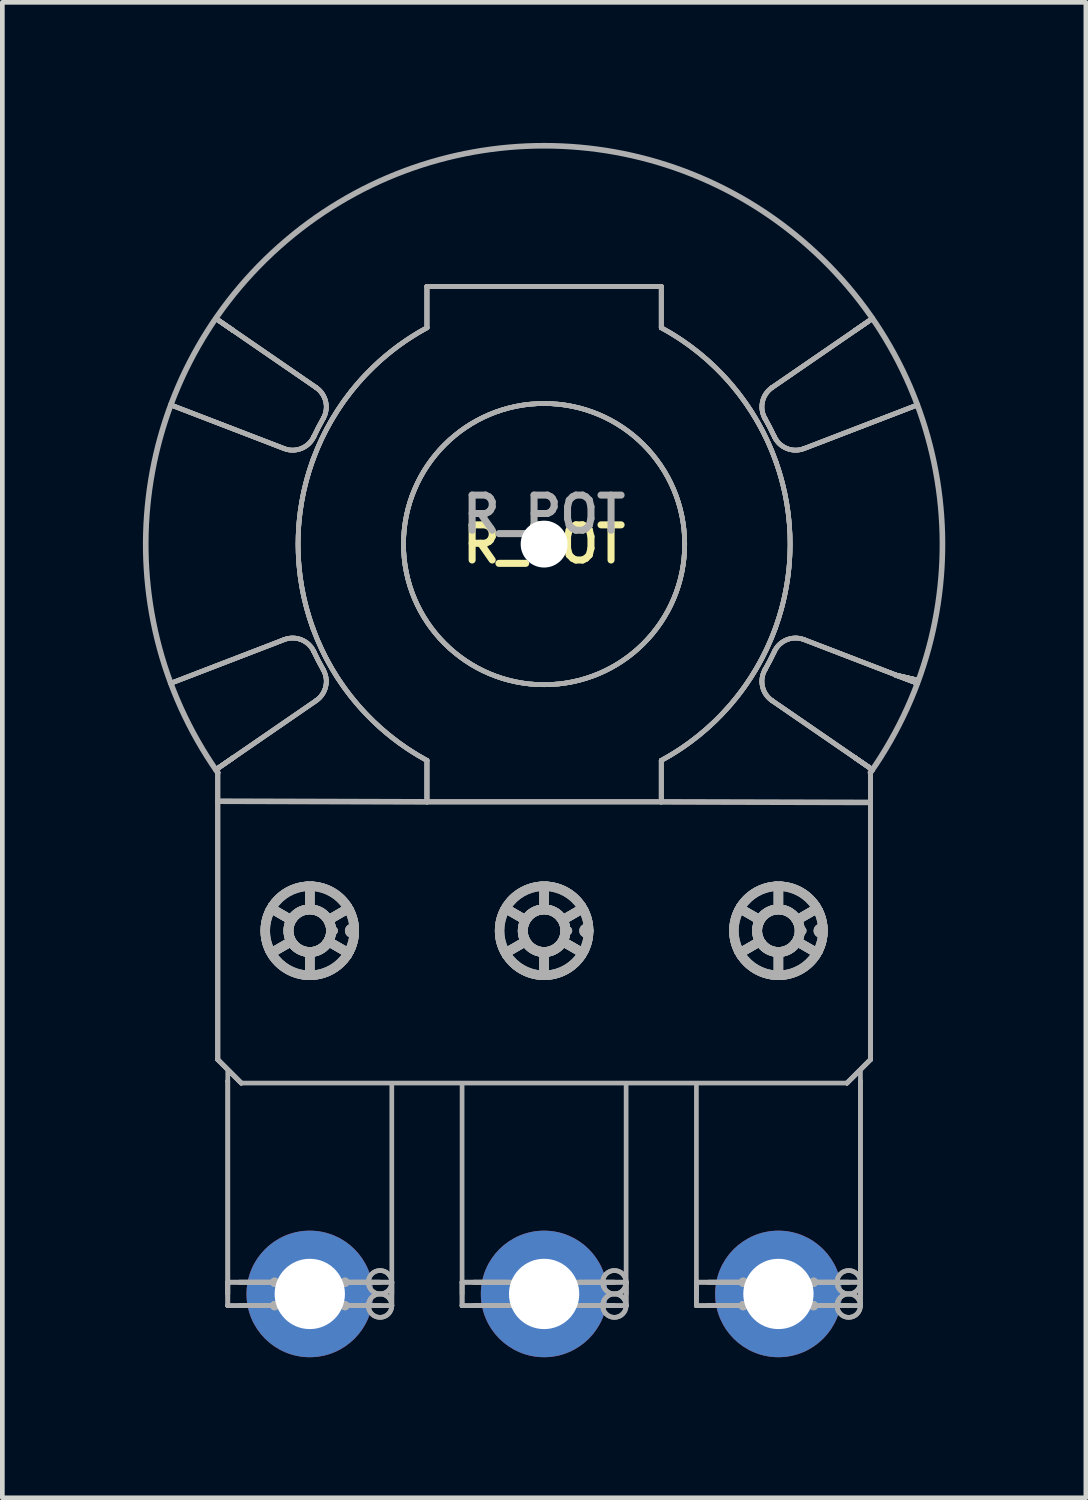
<source format=kicad_pcb>
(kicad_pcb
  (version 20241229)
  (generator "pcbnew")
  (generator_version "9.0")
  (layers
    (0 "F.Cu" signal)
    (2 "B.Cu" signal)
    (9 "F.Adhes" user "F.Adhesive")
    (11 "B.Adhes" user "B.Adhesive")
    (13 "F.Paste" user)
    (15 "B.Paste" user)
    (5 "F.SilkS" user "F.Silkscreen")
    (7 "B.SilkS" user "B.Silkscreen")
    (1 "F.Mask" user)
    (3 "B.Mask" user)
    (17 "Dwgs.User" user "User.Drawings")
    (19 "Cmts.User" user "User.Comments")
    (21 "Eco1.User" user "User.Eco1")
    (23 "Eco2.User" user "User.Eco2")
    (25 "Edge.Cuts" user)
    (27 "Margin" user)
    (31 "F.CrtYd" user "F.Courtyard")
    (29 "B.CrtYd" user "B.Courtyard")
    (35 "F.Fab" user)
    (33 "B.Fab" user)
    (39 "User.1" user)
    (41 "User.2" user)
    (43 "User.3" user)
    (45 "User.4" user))
  (footprint "R_POT"
    (layer "F.Cu")
    (at 8.56 8.56)
    (property "Reference" "R_POT" (at 0 0 0) (layer "F.SilkS") (effects (font (size 0.75 0.75) (thickness 0.15))))
    (attr through_hole)
    (fp_line (start -7.965 -2.969) (end -7.965 -2.969) (stroke (width 0.1) (type solid)) (layer "F.Fab"))
    (fp_line (start -7.965 -2.969) (end -7.965 -2.969) (stroke (width 0.1) (type solid)) (layer "F.Fab"))
    (fp_line (start -7.965 -2.969) (end -7.965 -2.969) (stroke (width 0.1) (type solid)) (layer "F.Fab"))
    (fp_line (start -7.965 -2.969) (end -7.965 -2.969) (stroke (width 0.1) (type solid)) (layer "F.Fab"))
    (fp_line (start -7.965 2.969) (end -7.965 2.969) (stroke (width 0.1) (type solid)) (layer "F.Fab"))
    (fp_line (start -7.965 2.969) (end -7.965 2.969) (stroke (width 0.1) (type solid)) (layer "F.Fab"))
    (fp_line (start -7.965 2.969) (end -7.965 2.969) (stroke (width 0.1) (type solid)) (layer "F.Fab"))
    (fp_line (start -7.965 2.969) (end -7.965 2.969) (stroke (width 0.1) (type solid)) (layer "F.Fab"))
    (fp_line (start -7.006 -4.814) (end -7.006 -4.814) (stroke (width 0.1) (type solid)) (layer "F.Fab"))
    (fp_line (start -7.006 -4.814) (end -7.006 -4.814) (stroke (width 0.1) (type solid)) (layer "F.Fab"))
    (fp_line (start -7.006 -4.814) (end -7.006 -4.814) (stroke (width 0.1) (type solid)) (layer "F.Fab"))
    (fp_line (start -7.006 -4.814) (end -7.006 -4.814) (stroke (width 0.1) (type solid)) (layer "F.Fab"))
    (fp_line (start -7.006 -4.814) (end -6.633 -4.557) (stroke (width 0.1) (type solid)) (layer "F.Fab"))
    (fp_line (start -7.006 -4.814) (end -6.633 -4.557) (stroke (width 0.1) (type solid)) (layer "F.Fab"))
    (fp_line (start -7.006 -4.814) (end -4.864 -3.34) (stroke (width 0.1) (type solid)) (layer "F.Fab"))
    (fp_line (start -7.006 -4.814) (end -4.864 -3.34) (stroke (width 0.1) (type solid)) (layer "F.Fab"))
    (fp_line (start -7.006 4.814) (end -7.006 4.814) (stroke (width 0.1) (type solid)) (layer "F.Fab"))
    (fp_line (start -7.006 4.814) (end -7.006 4.814) (stroke (width 0.1) (type solid)) (layer "F.Fab"))
    (fp_line (start -7.006 4.814) (end -7.006 4.814) (stroke (width 0.1) (type solid)) (layer "F.Fab"))
    (fp_line (start -7.006 4.814) (end -7.006 4.814) (stroke (width 0.1) (type solid)) (layer "F.Fab"))
    (fp_line (start -7.006 4.814) (end -6.633 4.557) (stroke (width 0.1) (type solid)) (layer "F.Fab"))
    (fp_line (start -7.006 4.814) (end -6.633 4.557) (stroke (width 0.1) (type solid)) (layer "F.Fab"))
    (fp_line (start -7.006 4.814) (end -4.864 3.34) (stroke (width 0.1) (type solid)) (layer "F.Fab"))
    (fp_line (start -7.006 4.814) (end -4.864 3.34) (stroke (width 0.1) (type solid)) (layer "F.Fab"))
    (fp_line (start -6.963 4.875) (end -6.963 4.875) (stroke (width 0.1) (type solid)) (layer "F.Fab"))
    (fp_line (start -6.963 4.875) (end -6.963 4.875) (stroke (width 0.1) (type solid)) (layer "F.Fab"))
    (fp_line (start -6.963 4.875) (end -6.963 4.875) (stroke (width 0.1) (type solid)) (layer "F.Fab"))
    (fp_line (start -6.963 4.875) (end -6.963 4.875) (stroke (width 0.1) (type solid)) (layer "F.Fab"))
    (fp_line (start -6.963 4.875) (end -6.963 11) (stroke (width 0.1) (type solid)) (layer "F.Fab"))
    (fp_line (start -6.963 4.875) (end -6.963 11) (stroke (width 0.1) (type solid)) (layer "F.Fab"))
    (fp_line (start -6.963 4.875) (end -6.963 11) (stroke (width 0.1) (type solid)) (layer "F.Fab"))
    (fp_line (start -6.963 4.875) (end -6.963 11) (stroke (width 0.1) (type solid)) (layer "F.Fab"))
    (fp_line (start -6.963 11) (end -6.963 11) (stroke (width 0.1) (type solid)) (layer "F.Fab"))
    (fp_line (start -6.963 11) (end -6.963 11) (stroke (width 0.1) (type solid)) (layer "F.Fab"))
    (fp_line (start -6.963 11) (end -6.463 11.5) (stroke (width 0.1) (type solid)) (layer "F.Fab"))
    (fp_line (start -6.963 11) (end -6.463 11.5) (stroke (width 0.1) (type solid)) (layer "F.Fab"))
    (fp_line (start -6.963 11) (end -6.463 11.5) (stroke (width 0.1) (type solid)) (layer "F.Fab"))
    (fp_line (start -6.963 11) (end -6.463 11.5) (stroke (width 0.1) (type solid)) (layer "F.Fab"))
    (fp_line (start -6.75 11.239) (end -6.75 16) (stroke (width 0.1) (type solid)) (layer "F.Fab"))
    (fp_line (start -6.75 11.458) (end -6.75 11.458) (stroke (width 0.1) (type solid)) (layer "F.Fab"))
    (fp_line (start -6.75 11.458) (end -6.75 11.458) (stroke (width 0.1) (type solid)) (layer "F.Fab"))
    (fp_line (start -6.75 11.458) (end -6.75 16) (stroke (width 0.1) (type solid)) (layer "F.Fab"))
    (fp_line (start -6.75 15.75) (end -6.75 15.75) (stroke (width 0.1) (type solid)) (layer "F.Fab"))
    (fp_line (start -6.75 15.75) (end -6.75 15.75) (stroke (width 0.1) (type solid)) (layer "F.Fab"))
    (fp_line (start -6.75 15.75) (end -3.25 15.75) (stroke (width 0.1) (type solid)) (layer "F.Fab"))
    (fp_line (start -6.75 15.75) (end -3.25 15.75) (stroke (width 0.1) (type solid)) (layer "F.Fab"))
    (fp_line (start -6.75 16.25) (end -6.75 15.75) (stroke (width 0.1) (type solid)) (layer "F.Fab"))
    (fp_line (start -6.75 16.25) (end -6.75 15.75) (stroke (width 0.1) (type solid)) (layer "F.Fab"))
    (fp_line (start -6.75 16.25) (end -6.75 16.25) (stroke (width 0.1) (type solid)) (layer "F.Fab"))
    (fp_line (start -6.75 16.25) (end -6.75 16.25) (stroke (width 0.1) (type solid)) (layer "F.Fab"))
    (fp_line (start -6.75 16.25) (end -3.25 16.25) (stroke (width 0.1) (type solid)) (layer "F.Fab"))
    (fp_line (start -6.75 16.25) (end -3.25 16.25) (stroke (width 0.1) (type solid)) (layer "F.Fab"))
    (fp_line (start -6.633 -4.557) (end -4.864 -3.34) (stroke (width 0.1) (type solid)) (layer "F.Fab"))
    (fp_line (start -6.633 -4.557) (end -4.864 -3.34) (stroke (width 0.1) (type solid)) (layer "F.Fab"))
    (fp_line (start -6.633 4.557) (end -4.864 3.34) (stroke (width 0.1) (type solid)) (layer "F.Fab"))
    (fp_line (start -6.633 4.557) (end -4.864 3.34) (stroke (width 0.1) (type solid)) (layer "F.Fab"))
    (fp_line (start -6.632 -4.557) (end -7.006 -4.814) (stroke (width 0.1) (type solid)) (layer "F.Fab"))
    (fp_line (start -6.632 -4.557) (end -7.006 -4.814) (stroke (width 0.1) (type solid)) (layer "F.Fab"))
    (fp_line (start -6.632 -4.557) (end -7.006 -4.814) (stroke (width 0.1) (type solid)) (layer "F.Fab"))
    (fp_line (start -6.632 -4.557) (end -7.006 -4.814) (stroke (width 0.1) (type solid)) (layer "F.Fab"))
    (fp_line (start -6.632 -4.557) (end -6.632 -4.557) (stroke (width 0.1) (type solid)) (layer "F.Fab"))
    (fp_line (start -6.632 -4.557) (end -6.632 -4.557) (stroke (width 0.1) (type solid)) (layer "F.Fab"))
    (fp_line (start -6.632 4.557) (end -7.006 4.814) (stroke (width 0.1) (type solid)) (layer "F.Fab"))
    (fp_line (start -6.632 4.557) (end -7.006 4.814) (stroke (width 0.1) (type solid)) (layer "F.Fab"))
    (fp_line (start -6.632 4.557) (end -7.006 4.814) (stroke (width 0.1) (type solid)) (layer "F.Fab"))
    (fp_line (start -6.632 4.557) (end -7.006 4.814) (stroke (width 0.1) (type solid)) (layer "F.Fab"))
    (fp_line (start -6.632 4.557) (end -6.632 4.557) (stroke (width 0.1) (type solid)) (layer "F.Fab"))
    (fp_line (start -6.632 4.557) (end -6.632 4.557) (stroke (width 0.1) (type solid)) (layer "F.Fab"))
    (fp_line (start -6.5 15.75) (end -5.75 15.75) (stroke (width 0.1) (type solid)) (layer "F.Fab"))
    (fp_line (start -6.5 15.75) (end -5.75 15.75) (stroke (width 0.1) (type solid)) (layer "F.Fab"))
    (fp_line (start -6.5 16.25) (end -5.75 16.25) (stroke (width 0.1) (type solid)) (layer "F.Fab"))
    (fp_line (start -6.5 16.25) (end -5.75 16.25) (stroke (width 0.1) (type solid)) (layer "F.Fab"))
    (fp_line (start -6.463 11.5) (end -6.463 11.5) (stroke (width 0.1) (type solid)) (layer "F.Fab"))
    (fp_line (start -6.463 11.5) (end -6.463 11.5) (stroke (width 0.1) (type solid)) (layer "F.Fab"))
    (fp_line (start -5.89 8.706) (end -5.369 8.405) (stroke (width 0.1) (type solid)) (layer "F.Fab"))
    (fp_line (start -5.89 8.706) (end -5.369 8.405) (stroke (width 0.1) (type solid)) (layer "F.Fab"))
    (fp_line (start -5.84 7.707) (end -5.319 8.008) (stroke (width 0.1) (type solid)) (layer "F.Fab"))
    (fp_line (start -5.84 7.707) (end -5.319 8.008) (stroke (width 0.1) (type solid)) (layer "F.Fab"))
    (fp_line (start -5.803 8.656) (end -5.456 8.455) (stroke (width 0.1) (type solid)) (layer "F.Fab"))
    (fp_line (start -5.803 8.656) (end -5.456 8.455) (stroke (width 0.1) (type solid)) (layer "F.Fab"))
    (fp_line (start -5.753 7.757) (end -5.406 7.958) (stroke (width 0.1) (type solid)) (layer "F.Fab"))
    (fp_line (start -5.753 7.757) (end -5.406 7.958) (stroke (width 0.1) (type solid)) (layer "F.Fab"))
    (fp_line (start -5.546 -2.038) (end -7.965 -2.969) (stroke (width 0.1) (type solid)) (layer "F.Fab"))
    (fp_line (start -5.546 -2.038) (end -7.965 -2.969) (stroke (width 0.1) (type solid)) (layer "F.Fab"))
    (fp_line (start -5.546 -2.038) (end -7.965 -2.969) (stroke (width 0.1) (type solid)) (layer "F.Fab"))
    (fp_line (start -5.546 -2.038) (end -7.965 -2.969) (stroke (width 0.1) (type solid)) (layer "F.Fab"))
    (fp_line (start -5.546 -2.038) (end -5.546 -2.038) (stroke (width 0.1) (type solid)) (layer "F.Fab"))
    (fp_line (start -5.546 -2.038) (end -5.546 -2.038) (stroke (width 0.1) (type solid)) (layer "F.Fab"))
    (fp_line (start -5.546 2.038) (end -7.965 2.969) (stroke (width 0.1) (type solid)) (layer "F.Fab"))
    (fp_line (start -5.546 2.038) (end -7.965 2.969) (stroke (width 0.1) (type solid)) (layer "F.Fab"))
    (fp_line (start -5.546 2.038) (end -7.965 2.969) (stroke (width 0.1) (type solid)) (layer "F.Fab"))
    (fp_line (start -5.546 2.038) (end -7.965 2.969) (stroke (width 0.1) (type solid)) (layer "F.Fab"))
    (fp_line (start -5.546 2.038) (end -5.546 2.038) (stroke (width 0.1) (type solid)) (layer "F.Fab"))
    (fp_line (start -5.546 2.038) (end -5.546 2.038) (stroke (width 0.1) (type solid)) (layer "F.Fab"))
    (fp_line (start -5.5 15.75) (end -5.5 15.75) (stroke (width 0.1) (type solid)) (layer "F.Fab"))
    (fp_line (start -5.5 15.75) (end -5.5 15.75) (stroke (width 0.1) (type solid)) (layer "F.Fab"))
    (fp_line (start -5.5 16.25) (end -5.5 15.75) (stroke (width 0.1) (type solid)) (layer "F.Fab"))
    (fp_line (start -5.5 16.25) (end -5.5 15.75) (stroke (width 0.1) (type solid)) (layer "F.Fab"))
    (fp_line (start -5.5 16.25) (end -5.5 15.75) (stroke (width 0.1) (type solid)) (layer "F.Fab"))
    (fp_line (start -5.5 16.25) (end -5.5 15.75) (stroke (width 0.1) (type solid)) (layer "F.Fab"))
    (fp_line (start -5.5 16.25) (end -5.5 16.25) (stroke (width 0.1) (type solid)) (layer "F.Fab"))
    (fp_line (start -5.5 16.25) (end -5.5 16.25) (stroke (width 0.1) (type solid)) (layer "F.Fab"))
    (fp_line (start -5.456 8.045) (end -5.803 7.844) (stroke (width 0.1) (type solid)) (layer "F.Fab"))
    (fp_line (start -5.456 8.045) (end -5.803 7.844) (stroke (width 0.1) (type solid)) (layer "F.Fab"))
    (fp_line (start -5.406 8.542) (end -5.753 8.743) (stroke (width 0.1) (type solid)) (layer "F.Fab"))
    (fp_line (start -5.406 8.542) (end -5.753 8.743) (stroke (width 0.1) (type solid)) (layer "F.Fab"))
    (fp_line (start -5.369 8.095) (end -5.89 7.794) (stroke (width 0.1) (type solid)) (layer "F.Fab"))
    (fp_line (start -5.369 8.095) (end -5.89 7.794) (stroke (width 0.1) (type solid)) (layer "F.Fab"))
    (fp_line (start -5.319 8.492) (end -5.84 8.793) (stroke (width 0.1) (type solid)) (layer "F.Fab"))
    (fp_line (start -5.319 8.492) (end -5.84 8.793) (stroke (width 0.1) (type solid)) (layer "F.Fab"))
    (fp_line (start -5.05 7.753) (end -5.05 7.351) (stroke (width 0.1) (type solid)) (layer "F.Fab"))
    (fp_line (start -5.05 7.753) (end -5.05 7.351) (stroke (width 0.1) (type solid)) (layer "F.Fab"))
    (fp_line (start -5.05 7.853) (end -5.05 7.251) (stroke (width 0.1) (type solid)) (layer "F.Fab"))
    (fp_line (start -5.05 7.853) (end -5.05 7.251) (stroke (width 0.1) (type solid)) (layer "F.Fab"))
    (fp_line (start -5.05 9.149) (end -5.05 8.747) (stroke (width 0.1) (type solid)) (layer "F.Fab"))
    (fp_line (start -5.05 9.149) (end -5.05 8.747) (stroke (width 0.1) (type solid)) (layer "F.Fab"))
    (fp_line (start -5.05 9.249) (end -5.05 8.647) (stroke (width 0.1) (type solid)) (layer "F.Fab"))
    (fp_line (start -5.05 9.249) (end -5.05 8.647) (stroke (width 0.1) (type solid)) (layer "F.Fab"))
    (fp_line (start -4.95 7.251) (end -4.95 7.853) (stroke (width 0.1) (type solid)) (layer "F.Fab"))
    (fp_line (start -4.95 7.251) (end -4.95 7.853) (stroke (width 0.1) (type solid)) (layer "F.Fab"))
    (fp_line (start -4.95 7.351) (end -4.95 7.753) (stroke (width 0.1) (type solid)) (layer "F.Fab"))
    (fp_line (start -4.95 7.351) (end -4.95 7.753) (stroke (width 0.1) (type solid)) (layer "F.Fab"))
    (fp_line (start -4.95 8.647) (end -4.95 9.249) (stroke (width 0.1) (type solid)) (layer "F.Fab"))
    (fp_line (start -4.95 8.647) (end -4.95 9.249) (stroke (width 0.1) (type solid)) (layer "F.Fab"))
    (fp_line (start -4.95 8.747) (end -4.95 9.149) (stroke (width 0.1) (type solid)) (layer "F.Fab"))
    (fp_line (start -4.95 8.747) (end -4.95 9.149) (stroke (width 0.1) (type solid)) (layer "F.Fab"))
    (fp_line (start -4.933 -1.796) (end -4.933 -1.796) (stroke (width 0.1) (type solid)) (layer "F.Fab"))
    (fp_line (start -4.933 -1.796) (end -4.933 -1.796) (stroke (width 0.1) (type solid)) (layer "F.Fab"))
    (fp_line (start -4.933 1.796) (end -4.933 1.796) (stroke (width 0.1) (type solid)) (layer "F.Fab"))
    (fp_line (start -4.933 1.796) (end -4.933 1.796) (stroke (width 0.1) (type solid)) (layer "F.Fab"))
    (fp_line (start -4.913 -2.293) (end -4.913 -2.293) (stroke (width 0.1) (type solid)) (layer "F.Fab"))
    (fp_line (start -4.913 -2.293) (end -4.913 -2.293) (stroke (width 0.1) (type solid)) (layer "F.Fab"))
    (fp_line (start -4.913 2.293) (end -4.913 2.293) (stroke (width 0.1) (type solid)) (layer "F.Fab"))
    (fp_line (start -4.913 2.293) (end -4.913 2.293) (stroke (width 0.1) (type solid)) (layer "F.Fab"))
    (fp_line (start -4.864 -3.34) (end -4.864 -3.34) (stroke (width 0.1) (type solid)) (layer "F.Fab"))
    (fp_line (start -4.864 -3.34) (end -4.864 -3.34) (stroke (width 0.1) (type solid)) (layer "F.Fab"))
    (fp_line (start -4.864 3.34) (end -4.864 3.34) (stroke (width 0.1) (type solid)) (layer "F.Fab"))
    (fp_line (start -4.864 3.34) (end -4.864 3.34) (stroke (width 0.1) (type solid)) (layer "F.Fab"))
    (fp_line (start -4.713 -2.68) (end -4.713 -2.68) (stroke (width 0.1) (type solid)) (layer "F.Fab"))
    (fp_line (start -4.713 -2.68) (end -4.713 -2.68) (stroke (width 0.1) (type solid)) (layer "F.Fab"))
    (fp_line (start -4.713 2.68) (end -4.713 2.68) (stroke (width 0.1) (type solid)) (layer "F.Fab"))
    (fp_line (start -4.713 2.68) (end -4.713 2.68) (stroke (width 0.1) (type solid)) (layer "F.Fab"))
    (fp_line (start -4.681 8.008) (end -4.16 7.707) (stroke (width 0.1) (type solid)) (layer "F.Fab"))
    (fp_line (start -4.681 8.008) (end -4.16 7.707) (stroke (width 0.1) (type solid)) (layer "F.Fab"))
    (fp_line (start -4.631 8.405) (end -4.11 8.706) (stroke (width 0.1) (type solid)) (layer "F.Fab"))
    (fp_line (start -4.631 8.405) (end -4.11 8.706) (stroke (width 0.1) (type solid)) (layer "F.Fab"))
    (fp_line (start -4.594 7.958) (end -4.247 7.757) (stroke (width 0.1) (type solid)) (layer "F.Fab"))
    (fp_line (start -4.594 7.958) (end -4.247 7.757) (stroke (width 0.1) (type solid)) (layer "F.Fab"))
    (fp_line (start -4.544 8.455) (end -4.197 8.656) (stroke (width 0.1) (type solid)) (layer "F.Fab"))
    (fp_line (start -4.544 8.455) (end -4.197 8.656) (stroke (width 0.1) (type solid)) (layer "F.Fab"))
    (fp_line (start -4.5 8.25) (end -4.5 8.25) (stroke (width 0.1) (type solid)) (layer "F.Fab"))
    (fp_line (start -4.5 8.25) (end -4.5 8.25) (stroke (width 0.1) (type solid)) (layer "F.Fab"))
    (fp_line (start -4.5 8.25) (end -4.5 8.25) (stroke (width 0.1) (type solid)) (layer "F.Fab"))
    (fp_line (start -4.5 8.25) (end -4.5 8.25) (stroke (width 0.1) (type solid)) (layer "F.Fab"))
    (fp_line (start -4.5 15.75) (end -4.5 15.75) (stroke (width 0.1) (type solid)) (layer "F.Fab"))
    (fp_line (start -4.5 15.75) (end -4.5 15.75) (stroke (width 0.1) (type solid)) (layer "F.Fab"))
    (fp_line (start -4.5 16.25) (end -4.5 15.75) (stroke (width 0.1) (type solid)) (layer "F.Fab"))
    (fp_line (start -4.5 16.25) (end -4.5 15.75) (stroke (width 0.1) (type solid)) (layer "F.Fab"))
    (fp_line (start -4.5 16.25) (end -4.5 15.75) (stroke (width 0.1) (type solid)) (layer "F.Fab"))
    (fp_line (start -4.5 16.25) (end -4.5 15.75) (stroke (width 0.1) (type solid)) (layer "F.Fab"))
    (fp_line (start -4.5 16.25) (end -4.5 16.25) (stroke (width 0.1) (type solid)) (layer "F.Fab"))
    (fp_line (start -4.5 16.25) (end -4.5 16.25) (stroke (width 0.1) (type solid)) (layer "F.Fab"))
    (fp_line (start -4.49 8.25) (end -4.49 8.25) (stroke (width 0.1) (type solid)) (layer "F.Fab"))
    (fp_line (start -4.49 8.25) (end -4.49 8.25) (stroke (width 0.1) (type solid)) (layer "F.Fab"))
    (fp_line (start -4.25 15.75) (end -3.5 15.75) (stroke (width 0.1) (type solid)) (layer "F.Fab"))
    (fp_line (start -4.25 15.75) (end -3.5 15.75) (stroke (width 0.1) (type solid)) (layer "F.Fab"))
    (fp_line (start -4.25 16.25) (end -3.5 16.25) (stroke (width 0.1) (type solid)) (layer "F.Fab"))
    (fp_line (start -4.25 16.25) (end -3.5 16.25) (stroke (width 0.1) (type solid)) (layer "F.Fab"))
    (fp_line (start -4.247 8.743) (end -4.594 8.542) (stroke (width 0.1) (type solid)) (layer "F.Fab"))
    (fp_line (start -4.247 8.743) (end -4.594 8.542) (stroke (width 0.1) (type solid)) (layer "F.Fab"))
    (fp_line (start -4.197 7.844) (end -4.544 8.045) (stroke (width 0.1) (type solid)) (layer "F.Fab"))
    (fp_line (start -4.197 7.844) (end -4.544 8.045) (stroke (width 0.1) (type solid)) (layer "F.Fab"))
    (fp_line (start -4.16 8.793) (end -4.681 8.492) (stroke (width 0.1) (type solid)) (layer "F.Fab"))
    (fp_line (start -4.16 8.793) (end -4.681 8.492) (stroke (width 0.1) (type solid)) (layer "F.Fab"))
    (fp_line (start -4.11 7.794) (end -4.631 8.095) (stroke (width 0.1) (type solid)) (layer "F.Fab"))
    (fp_line (start -4.11 7.794) (end -4.631 8.095) (stroke (width 0.1) (type solid)) (layer "F.Fab"))
    (fp_line (start -4 8.25) (end -4 8.25) (stroke (width 0.1) (type solid)) (layer "F.Fab"))
    (fp_line (start -4 8.25) (end -4 8.25) (stroke (width 0.1) (type solid)) (layer "F.Fab"))
    (fp_line (start -3.25 15.75) (end -3.25 15.75) (stroke (width 0.1) (type solid)) (layer "F.Fab"))
    (fp_line (start -3.25 15.75) (end -3.25 15.75) (stroke (width 0.1) (type solid)) (layer "F.Fab"))
    (fp_line (start -3.25 16) (end -3.25 11.557) (stroke (width 0.1) (type solid)) (layer "F.Fab"))
    (fp_line (start -3.25 16.25) (end -3.25 15.75) (stroke (width 0.1) (type solid)) (layer "F.Fab"))
    (fp_line (start -3.25 16.25) (end -3.25 15.75) (stroke (width 0.1) (type solid)) (layer "F.Fab"))
    (fp_line (start -3.25 16.25) (end -3.25 16.25) (stroke (width 0.1) (type solid)) (layer "F.Fab"))
    (fp_line (start -3.25 16.25) (end -3.25 16.25) (stroke (width 0.1) (type solid)) (layer "F.Fab"))
    (fp_line (start -2.5 -5.5) (end -2.5 -5.5) (stroke (width 0.1) (type solid)) (layer "F.Fab"))
    (fp_line (start -2.5 -5.5) (end -2.5 -5.5) (stroke (width 0.1) (type solid)) (layer "F.Fab"))
    (fp_line (start -2.5 -5.5) (end -2.5 -4.617) (stroke (width 0.1) (type solid)) (layer "F.Fab"))
    (fp_line (start -2.5 -5.5) (end -2.5 -4.617) (stroke (width 0.1) (type solid)) (layer "F.Fab"))
    (fp_line (start -2.5 -5.5) (end -2.5 -4.617) (stroke (width 0.1) (type solid)) (layer "F.Fab"))
    (fp_line (start -2.5 -5.5) (end -2.5 -4.617) (stroke (width 0.1) (type solid)) (layer "F.Fab"))
    (fp_line (start -2.5 -4.617) (end -2.5 -4.617) (stroke (width 0.1) (type solid)) (layer "F.Fab"))
    (fp_line (start -2.5 -4.617) (end -2.5 -4.617) (stroke (width 0.1) (type solid)) (layer "F.Fab"))
    (fp_line (start -2.5 4.617) (end -2.5 4.617) (stroke (width 0.1) (type solid)) (layer "F.Fab"))
    (fp_line (start -2.5 4.617) (end -2.5 4.617) (stroke (width 0.1) (type solid)) (layer "F.Fab"))
    (fp_line (start -2.5 5.5) (end -6.96 5.486) (stroke (width 0.12) (type solid)) (layer "F.Fab"))
    (fp_line (start -2.5 5.5) (end -2.5 4.617) (stroke (width 0.1) (type solid)) (layer "F.Fab"))
    (fp_line (start -2.5 5.5) (end -2.5 4.617) (stroke (width 0.1) (type solid)) (layer "F.Fab"))
    (fp_line (start -2.5 5.5) (end -2.5 4.617) (stroke (width 0.1) (type solid)) (layer "F.Fab"))
    (fp_line (start -2.5 5.5) (end -2.5 4.617) (stroke (width 0.1) (type solid)) (layer "F.Fab"))
    (fp_line (start -2.5 5.5) (end -2.5 5.5) (stroke (width 0.1) (type solid)) (layer "F.Fab"))
    (fp_line (start -2.5 5.5) (end -2.5 5.5) (stroke (width 0.1) (type solid)) (layer "F.Fab"))
    (fp_line (start -1.75 11.557) (end -1.75 16) (stroke (width 0.1) (type solid)) (layer "F.Fab"))
    (fp_line (start -1.75 15.75) (end -1.75 15.75) (stroke (width 0.1) (type solid)) (layer "F.Fab"))
    (fp_line (start -1.75 15.75) (end -1.75 15.75) (stroke (width 0.1) (type solid)) (layer "F.Fab"))
    (fp_line (start -1.75 15.75) (end 1.75 15.75) (stroke (width 0.1) (type solid)) (layer "F.Fab"))
    (fp_line (start -1.75 15.75) (end 1.75 15.75) (stroke (width 0.1) (type solid)) (layer "F.Fab"))
    (fp_line (start -1.75 16.25) (end -1.75 15.75) (stroke (width 0.1) (type solid)) (layer "F.Fab"))
    (fp_line (start -1.75 16.25) (end -1.75 15.75) (stroke (width 0.1) (type solid)) (layer "F.Fab"))
    (fp_line (start -1.75 16.25) (end -1.75 16.25) (stroke (width 0.1) (type solid)) (layer "F.Fab"))
    (fp_line (start -1.75 16.25) (end -1.75 16.25) (stroke (width 0.1) (type solid)) (layer "F.Fab"))
    (fp_line (start -1.75 16.25) (end 1.75 16.25) (stroke (width 0.1) (type solid)) (layer "F.Fab"))
    (fp_line (start -1.75 16.25) (end 1.75 16.25) (stroke (width 0.1) (type solid)) (layer "F.Fab"))
    (fp_line (start -1.5 15.75) (end -0.75 15.75) (stroke (width 0.1) (type solid)) (layer "F.Fab"))
    (fp_line (start -1.5 15.75) (end -0.75 15.75) (stroke (width 0.1) (type solid)) (layer "F.Fab"))
    (fp_line (start -1.5 16.25) (end -0.75 16.25) (stroke (width 0.1) (type solid)) (layer "F.Fab"))
    (fp_line (start -1.5 16.25) (end -0.75 16.25) (stroke (width 0.1) (type solid)) (layer "F.Fab"))
    (fp_line (start -0.89 8.706) (end -0.369 8.405) (stroke (width 0.1) (type solid)) (layer "F.Fab"))
    (fp_line (start -0.89 8.706) (end -0.369 8.405) (stroke (width 0.1) (type solid)) (layer "F.Fab"))
    (fp_line (start -0.84 7.707) (end -0.319 8.008) (stroke (width 0.1) (type solid)) (layer "F.Fab"))
    (fp_line (start -0.84 7.707) (end -0.319 8.008) (stroke (width 0.1) (type solid)) (layer "F.Fab"))
    (fp_line (start -0.803 8.656) (end -0.456 8.455) (stroke (width 0.1) (type solid)) (layer "F.Fab"))
    (fp_line (start -0.803 8.656) (end -0.456 8.455) (stroke (width 0.1) (type solid)) (layer "F.Fab"))
    (fp_line (start -0.753 7.757) (end -0.406 7.958) (stroke (width 0.1) (type solid)) (layer "F.Fab"))
    (fp_line (start -0.753 7.757) (end -0.406 7.958) (stroke (width 0.1) (type solid)) (layer "F.Fab"))
    (fp_line (start -0.5 15.75) (end -0.5 15.75) (stroke (width 0.1) (type solid)) (layer "F.Fab"))
    (fp_line (start -0.5 15.75) (end -0.5 15.75) (stroke (width 0.1) (type solid)) (layer "F.Fab"))
    (fp_line (start -0.5 16.25) (end -0.5 15.75) (stroke (width 0.1) (type solid)) (layer "F.Fab"))
    (fp_line (start -0.5 16.25) (end -0.5 15.75) (stroke (width 0.1) (type solid)) (layer "F.Fab"))
    (fp_line (start -0.5 16.25) (end -0.5 15.75) (stroke (width 0.1) (type solid)) (layer "F.Fab"))
    (fp_line (start -0.5 16.25) (end -0.5 15.75) (stroke (width 0.1) (type solid)) (layer "F.Fab"))
    (fp_line (start -0.5 16.25) (end -0.5 16.25) (stroke (width 0.1) (type solid)) (layer "F.Fab"))
    (fp_line (start -0.5 16.25) (end -0.5 16.25) (stroke (width 0.1) (type solid)) (layer "F.Fab"))
    (fp_line (start -0.456 8.045) (end -0.803 7.844) (stroke (width 0.1) (type solid)) (layer "F.Fab"))
    (fp_line (start -0.456 8.045) (end -0.803 7.844) (stroke (width 0.1) (type solid)) (layer "F.Fab"))
    (fp_line (start -0.406 8.542) (end -0.753 8.743) (stroke (width 0.1) (type solid)) (layer "F.Fab"))
    (fp_line (start -0.406 8.542) (end -0.753 8.743) (stroke (width 0.1) (type solid)) (layer "F.Fab"))
    (fp_line (start -0.369 8.095) (end -0.89 7.794) (stroke (width 0.1) (type solid)) (layer "F.Fab"))
    (fp_line (start -0.369 8.095) (end -0.89 7.794) (stroke (width 0.1) (type solid)) (layer "F.Fab"))
    (fp_line (start -0.319 8.492) (end -0.84 8.793) (stroke (width 0.1) (type solid)) (layer "F.Fab"))
    (fp_line (start -0.319 8.492) (end -0.84 8.793) (stroke (width 0.1) (type solid)) (layer "F.Fab"))
    (fp_line (start -0.05 7.753) (end -0.05 7.351) (stroke (width 0.1) (type solid)) (layer "F.Fab"))
    (fp_line (start -0.05 7.753) (end -0.05 7.351) (stroke (width 0.1) (type solid)) (layer "F.Fab"))
    (fp_line (start -0.05 7.853) (end -0.05 7.251) (stroke (width 0.1) (type solid)) (layer "F.Fab"))
    (fp_line (start -0.05 7.853) (end -0.05 7.251) (stroke (width 0.1) (type solid)) (layer "F.Fab"))
    (fp_line (start -0.05 9.149) (end -0.05 8.747) (stroke (width 0.1) (type solid)) (layer "F.Fab"))
    (fp_line (start -0.05 9.149) (end -0.05 8.747) (stroke (width 0.1) (type solid)) (layer "F.Fab"))
    (fp_line (start -0.05 9.249) (end -0.05 8.647) (stroke (width 0.1) (type solid)) (layer "F.Fab"))
    (fp_line (start -0.05 9.249) (end -0.05 8.647) (stroke (width 0.1) (type solid)) (layer "F.Fab"))
    (fp_line (start 0.05 7.251) (end 0.05 7.853) (stroke (width 0.1) (type solid)) (layer "F.Fab"))
    (fp_line (start 0.05 7.251) (end 0.05 7.853) (stroke (width 0.1) (type solid)) (layer "F.Fab"))
    (fp_line (start 0.05 7.351) (end 0.05 7.753) (stroke (width 0.1) (type solid)) (layer "F.Fab"))
    (fp_line (start 0.05 7.351) (end 0.05 7.753) (stroke (width 0.1) (type solid)) (layer "F.Fab"))
    (fp_line (start 0.05 8.647) (end 0.05 9.249) (stroke (width 0.1) (type solid)) (layer "F.Fab"))
    (fp_line (start 0.05 8.647) (end 0.05 9.249) (stroke (width 0.1) (type solid)) (layer "F.Fab"))
    (fp_line (start 0.05 8.747) (end 0.05 9.149) (stroke (width 0.1) (type solid)) (layer "F.Fab"))
    (fp_line (start 0.05 8.747) (end 0.05 9.149) (stroke (width 0.1) (type solid)) (layer "F.Fab"))
    (fp_line (start 0.319 8.008) (end 0.84 7.707) (stroke (width 0.1) (type solid)) (layer "F.Fab"))
    (fp_line (start 0.319 8.008) (end 0.84 7.707) (stroke (width 0.1) (type solid)) (layer "F.Fab"))
    (fp_line (start 0.369 8.405) (end 0.89 8.706) (stroke (width 0.1) (type solid)) (layer "F.Fab"))
    (fp_line (start 0.369 8.405) (end 0.89 8.706) (stroke (width 0.1) (type solid)) (layer "F.Fab"))
    (fp_line (start 0.406 7.958) (end 0.753 7.757) (stroke (width 0.1) (type solid)) (layer "F.Fab"))
    (fp_line (start 0.406 7.958) (end 0.753 7.757) (stroke (width 0.1) (type solid)) (layer "F.Fab"))
    (fp_line (start 0.456 8.455) (end 0.803 8.656) (stroke (width 0.1) (type solid)) (layer "F.Fab"))
    (fp_line (start 0.456 8.455) (end 0.803 8.656) (stroke (width 0.1) (type solid)) (layer "F.Fab"))
    (fp_line (start 0.5 8.25) (end 0.5 8.25) (stroke (width 0.1) (type solid)) (layer "F.Fab"))
    (fp_line (start 0.5 8.25) (end 0.5 8.25) (stroke (width 0.1) (type solid)) (layer "F.Fab"))
    (fp_line (start 0.5 8.25) (end 0.5 8.25) (stroke (width 0.1) (type solid)) (layer "F.Fab"))
    (fp_line (start 0.5 8.25) (end 0.5 8.25) (stroke (width 0.1) (type solid)) (layer "F.Fab"))
    (fp_line (start 0.5 15.75) (end 0.5 15.75) (stroke (width 0.1) (type solid)) (layer "F.Fab"))
    (fp_line (start 0.5 15.75) (end 0.5 15.75) (stroke (width 0.1) (type solid)) (layer "F.Fab"))
    (fp_line (start 0.5 16.25) (end 0.5 15.75) (stroke (width 0.1) (type solid)) (layer "F.Fab"))
    (fp_line (start 0.5 16.25) (end 0.5 15.75) (stroke (width 0.1) (type solid)) (layer "F.Fab"))
    (fp_line (start 0.5 16.25) (end 0.5 15.75) (stroke (width 0.1) (type solid)) (layer "F.Fab"))
    (fp_line (start 0.5 16.25) (end 0.5 15.75) (stroke (width 0.1) (type solid)) (layer "F.Fab"))
    (fp_line (start 0.5 16.25) (end 0.5 16.25) (stroke (width 0.1) (type solid)) (layer "F.Fab"))
    (fp_line (start 0.5 16.25) (end 0.5 16.25) (stroke (width 0.1) (type solid)) (layer "F.Fab"))
    (fp_line (start 0.51 8.25) (end 0.51 8.25) (stroke (width 0.1) (type solid)) (layer "F.Fab"))
    (fp_line (start 0.51 8.25) (end 0.51 8.25) (stroke (width 0.1) (type solid)) (layer "F.Fab"))
    (fp_line (start 0.75 15.75) (end 1.5 15.75) (stroke (width 0.1) (type solid)) (layer "F.Fab"))
    (fp_line (start 0.75 15.75) (end 1.5 15.75) (stroke (width 0.1) (type solid)) (layer "F.Fab"))
    (fp_line (start 0.75 16.25) (end 1.5 16.25) (stroke (width 0.1) (type solid)) (layer "F.Fab"))
    (fp_line (start 0.75 16.25) (end 1.5 16.25) (stroke (width 0.1) (type solid)) (layer "F.Fab"))
    (fp_line (start 0.753 8.743) (end 0.406 8.542) (stroke (width 0.1) (type solid)) (layer "F.Fab"))
    (fp_line (start 0.753 8.743) (end 0.406 8.542) (stroke (width 0.1) (type solid)) (layer "F.Fab"))
    (fp_line (start 0.803 7.844) (end 0.456 8.045) (stroke (width 0.1) (type solid)) (layer "F.Fab"))
    (fp_line (start 0.803 7.844) (end 0.456 8.045) (stroke (width 0.1) (type solid)) (layer "F.Fab"))
    (fp_line (start 0.84 8.793) (end 0.319 8.492) (stroke (width 0.1) (type solid)) (layer "F.Fab"))
    (fp_line (start 0.84 8.793) (end 0.319 8.492) (stroke (width 0.1) (type solid)) (layer "F.Fab"))
    (fp_line (start 0.89 7.794) (end 0.369 8.095) (stroke (width 0.1) (type solid)) (layer "F.Fab"))
    (fp_line (start 0.89 7.794) (end 0.369 8.095) (stroke (width 0.1) (type solid)) (layer "F.Fab"))
    (fp_line (start 1 8.25) (end 1 8.25) (stroke (width 0.1) (type solid)) (layer "F.Fab"))
    (fp_line (start 1 8.25) (end 1 8.25) (stroke (width 0.1) (type solid)) (layer "F.Fab"))
    (fp_line (start 1.75 15.75) (end 1.75 15.75) (stroke (width 0.1) (type solid)) (layer "F.Fab"))
    (fp_line (start 1.75 15.75) (end 1.75 15.75) (stroke (width 0.1) (type solid)) (layer "F.Fab"))
    (fp_line (start 1.75 16) (end 1.75 11.557) (stroke (width 0.1) (type solid)) (layer "F.Fab"))
    (fp_line (start 1.75 16.25) (end 1.75 15.75) (stroke (width 0.1) (type solid)) (layer "F.Fab"))
    (fp_line (start 1.75 16.25) (end 1.75 15.75) (stroke (width 0.1) (type solid)) (layer "F.Fab"))
    (fp_line (start 1.75 16.25) (end 1.75 16.25) (stroke (width 0.1) (type solid)) (layer "F.Fab"))
    (fp_line (start 1.75 16.25) (end 1.75 16.25) (stroke (width 0.1) (type solid)) (layer "F.Fab"))
    (fp_line (start 2.5 -5.5) (end -2.5 -5.5) (stroke (width 0.1) (type solid)) (layer "F.Fab"))
    (fp_line (start 2.5 -5.5) (end -2.5 -5.5) (stroke (width 0.1) (type solid)) (layer "F.Fab"))
    (fp_line (start 2.5 -5.5) (end -2.5 -5.5) (stroke (width 0.1) (type solid)) (layer "F.Fab"))
    (fp_line (start 2.5 -5.5) (end -2.5 -5.5) (stroke (width 0.1) (type solid)) (layer "F.Fab"))
    (fp_line (start 2.5 -5.5) (end 2.5 -5.5) (stroke (width 0.1) (type solid)) (layer "F.Fab"))
    (fp_line (start 2.5 -5.5) (end 2.5 -5.5) (stroke (width 0.1) (type solid)) (layer "F.Fab"))
    (fp_line (start 2.5 -5.5) (end 2.5 -4.617) (stroke (width 0.1) (type solid)) (layer "F.Fab"))
    (fp_line (start 2.5 -5.5) (end 2.5 -4.617) (stroke (width 0.1) (type solid)) (layer "F.Fab"))
    (fp_line (start 2.5 -5.5) (end 2.5 -4.617) (stroke (width 0.1) (type solid)) (layer "F.Fab"))
    (fp_line (start 2.5 -5.5) (end 2.5 -4.617) (stroke (width 0.1) (type solid)) (layer "F.Fab"))
    (fp_line (start 2.5 -4.617) (end 2.5 -4.617) (stroke (width 0.1) (type solid)) (layer "F.Fab"))
    (fp_line (start 2.5 -4.617) (end 2.5 -4.617) (stroke (width 0.1) (type solid)) (layer "F.Fab"))
    (fp_line (start 2.5 4.617) (end 2.5 4.617) (stroke (width 0.1) (type solid)) (layer "F.Fab"))
    (fp_line (start 2.5 4.617) (end 2.5 4.617) (stroke (width 0.1) (type solid)) (layer "F.Fab"))
    (fp_line (start 2.5 5.5) (end -2.5 5.5) (stroke (width 0.1) (type solid)) (layer "F.Fab"))
    (fp_line (start 2.5 5.5) (end -2.5 5.5) (stroke (width 0.1) (type solid)) (layer "F.Fab"))
    (fp_line (start 2.5 5.5) (end -2.5 5.5) (stroke (width 0.1) (type solid)) (layer "F.Fab"))
    (fp_line (start 2.5 5.5) (end -2.5 5.5) (stroke (width 0.1) (type solid)) (layer "F.Fab"))
    (fp_line (start 2.5 5.5) (end 2.5 4.617) (stroke (width 0.1) (type solid)) (layer "F.Fab"))
    (fp_line (start 2.5 5.5) (end 2.5 4.617) (stroke (width 0.1) (type solid)) (layer "F.Fab"))
    (fp_line (start 2.5 5.5) (end 2.5 4.617) (stroke (width 0.1) (type solid)) (layer "F.Fab"))
    (fp_line (start 2.5 5.5) (end 2.5 4.617) (stroke (width 0.1) (type solid)) (layer "F.Fab"))
    (fp_line (start 2.5 5.5) (end 2.5 5.5) (stroke (width 0.1) (type solid)) (layer "F.Fab"))
    (fp_line (start 2.5 5.5) (end 2.5 5.5) (stroke (width 0.1) (type solid)) (layer "F.Fab"))
    (fp_line (start 2.5 5.5) (end 6.934 5.512) (stroke (width 0.12) (type solid)) (layer "F.Fab"))
    (fp_line (start 3 0) (end 3 0) (stroke (width 0.1) (type solid)) (layer "F.Fab"))
    (fp_line (start 3 0) (end 3 0) (stroke (width 0.1) (type solid)) (layer "F.Fab"))
    (fp_line (start 3.25 11.557) (end 3.25 16) (stroke (width 0.1) (type solid)) (layer "F.Fab"))
    (fp_line (start 3.25 15.75) (end 3.25 15.75) (stroke (width 0.1) (type solid)) (layer "F.Fab"))
    (fp_line (start 3.25 15.75) (end 3.25 15.75) (stroke (width 0.1) (type solid)) (layer "F.Fab"))
    (fp_line (start 3.25 15.75) (end 6.75 15.75) (stroke (width 0.1) (type solid)) (layer "F.Fab"))
    (fp_line (start 3.25 15.75) (end 6.75 15.75) (stroke (width 0.1) (type solid)) (layer "F.Fab"))
    (fp_line (start 3.25 16.25) (end 3.25 15.75) (stroke (width 0.1) (type solid)) (layer "F.Fab"))
    (fp_line (start 3.25 16.25) (end 3.25 15.75) (stroke (width 0.1) (type solid)) (layer "F.Fab"))
    (fp_line (start 3.25 16.25) (end 3.25 16.25) (stroke (width 0.1) (type solid)) (layer "F.Fab"))
    (fp_line (start 3.25 16.25) (end 3.25 16.25) (stroke (width 0.1) (type solid)) (layer "F.Fab"))
    (fp_line (start 3.25 16.25) (end 6.75 16.25) (stroke (width 0.1) (type solid)) (layer "F.Fab"))
    (fp_line (start 3.25 16.25) (end 6.75 16.25) (stroke (width 0.1) (type solid)) (layer "F.Fab"))
    (fp_line (start 3.5 15.75) (end 4.25 15.75) (stroke (width 0.1) (type solid)) (layer "F.Fab"))
    (fp_line (start 3.5 15.75) (end 4.25 15.75) (stroke (width 0.1) (type solid)) (layer "F.Fab"))
    (fp_line (start 3.5 16.25) (end 4.25 16.25) (stroke (width 0.1) (type solid)) (layer "F.Fab"))
    (fp_line (start 3.5 16.25) (end 4.25 16.25) (stroke (width 0.1) (type solid)) (layer "F.Fab"))
    (fp_line (start 4.11 8.706) (end 4.631 8.405) (stroke (width 0.1) (type solid)) (layer "F.Fab"))
    (fp_line (start 4.11 8.706) (end 4.631 8.405) (stroke (width 0.1) (type solid)) (layer "F.Fab"))
    (fp_line (start 4.16 7.707) (end 4.681 8.008) (stroke (width 0.1) (type solid)) (layer "F.Fab"))
    (fp_line (start 4.16 7.707) (end 4.681 8.008) (stroke (width 0.1) (type solid)) (layer "F.Fab"))
    (fp_line (start 4.197 8.656) (end 4.544 8.455) (stroke (width 0.1) (type solid)) (layer "F.Fab"))
    (fp_line (start 4.197 8.656) (end 4.544 8.455) (stroke (width 0.1) (type solid)) (layer "F.Fab"))
    (fp_line (start 4.247 7.757) (end 4.594 7.958) (stroke (width 0.1) (type solid)) (layer "F.Fab"))
    (fp_line (start 4.247 7.757) (end 4.594 7.958) (stroke (width 0.1) (type solid)) (layer "F.Fab"))
    (fp_line (start 4.5 15.75) (end 4.5 15.75) (stroke (width 0.1) (type solid)) (layer "F.Fab"))
    (fp_line (start 4.5 15.75) (end 4.5 15.75) (stroke (width 0.1) (type solid)) (layer "F.Fab"))
    (fp_line (start 4.5 16.25) (end 4.5 15.75) (stroke (width 0.1) (type solid)) (layer "F.Fab"))
    (fp_line (start 4.5 16.25) (end 4.5 15.75) (stroke (width 0.1) (type solid)) (layer "F.Fab"))
    (fp_line (start 4.5 16.25) (end 4.5 15.75) (stroke (width 0.1) (type solid)) (layer "F.Fab"))
    (fp_line (start 4.5 16.25) (end 4.5 15.75) (stroke (width 0.1) (type solid)) (layer "F.Fab"))
    (fp_line (start 4.5 16.25) (end 4.5 16.25) (stroke (width 0.1) (type solid)) (layer "F.Fab"))
    (fp_line (start 4.5 16.25) (end 4.5 16.25) (stroke (width 0.1) (type solid)) (layer "F.Fab"))
    (fp_line (start 4.544 8.045) (end 4.197 7.844) (stroke (width 0.1) (type solid)) (layer "F.Fab"))
    (fp_line (start 4.544 8.045) (end 4.197 7.844) (stroke (width 0.1) (type solid)) (layer "F.Fab"))
    (fp_line (start 4.594 8.542) (end 4.247 8.743) (stroke (width 0.1) (type solid)) (layer "F.Fab"))
    (fp_line (start 4.594 8.542) (end 4.247 8.743) (stroke (width 0.1) (type solid)) (layer "F.Fab"))
    (fp_line (start 4.631 8.095) (end 4.11 7.794) (stroke (width 0.1) (type solid)) (layer "F.Fab"))
    (fp_line (start 4.631 8.095) (end 4.11 7.794) (stroke (width 0.1) (type solid)) (layer "F.Fab"))
    (fp_line (start 4.681 8.492) (end 4.16 8.793) (stroke (width 0.1) (type solid)) (layer "F.Fab"))
    (fp_line (start 4.681 8.492) (end 4.16 8.793) (stroke (width 0.1) (type solid)) (layer "F.Fab"))
    (fp_line (start 4.713 -2.68) (end 4.713 -2.68) (stroke (width 0.1) (type solid)) (layer "F.Fab"))
    (fp_line (start 4.713 -2.68) (end 4.713 -2.68) (stroke (width 0.1) (type solid)) (layer "F.Fab"))
    (fp_line (start 4.713 2.68) (end 4.713 2.68) (stroke (width 0.1) (type solid)) (layer "F.Fab"))
    (fp_line (start 4.713 2.68) (end 4.713 2.68) (stroke (width 0.1) (type solid)) (layer "F.Fab"))
    (fp_line (start 4.864 -3.34) (end 4.864 -3.34) (stroke (width 0.1) (type solid)) (layer "F.Fab"))
    (fp_line (start 4.864 -3.34) (end 4.864 -3.34) (stroke (width 0.1) (type solid)) (layer "F.Fab"))
    (fp_line (start 4.864 3.34) (end 4.864 3.34) (stroke (width 0.1) (type solid)) (layer "F.Fab"))
    (fp_line (start 4.864 3.34) (end 4.864 3.34) (stroke (width 0.1) (type solid)) (layer "F.Fab"))
    (fp_line (start 4.913 -2.293) (end 4.913 -2.293) (stroke (width 0.1) (type solid)) (layer "F.Fab"))
    (fp_line (start 4.913 -2.293) (end 4.913 -2.293) (stroke (width 0.1) (type solid)) (layer "F.Fab"))
    (fp_line (start 4.913 2.293) (end 4.913 2.293) (stroke (width 0.1) (type solid)) (layer "F.Fab"))
    (fp_line (start 4.913 2.293) (end 4.913 2.293) (stroke (width 0.1) (type solid)) (layer "F.Fab"))
    (fp_line (start 4.933 1.796) (end 4.933 1.796) (stroke (width 0.1) (type solid)) (layer "F.Fab"))
    (fp_line (start 4.933 1.796) (end 4.933 1.796) (stroke (width 0.1) (type solid)) (layer "F.Fab"))
    (fp_line (start 4.95 7.753) (end 4.95 7.351) (stroke (width 0.1) (type solid)) (layer "F.Fab"))
    (fp_line (start 4.95 7.753) (end 4.95 7.351) (stroke (width 0.1) (type solid)) (layer "F.Fab"))
    (fp_line (start 4.95 7.853) (end 4.95 7.251) (stroke (width 0.1) (type solid)) (layer "F.Fab"))
    (fp_line (start 4.95 7.853) (end 4.95 7.251) (stroke (width 0.1) (type solid)) (layer "F.Fab"))
    (fp_line (start 4.95 9.149) (end 4.95 8.747) (stroke (width 0.1) (type solid)) (layer "F.Fab"))
    (fp_line (start 4.95 9.149) (end 4.95 8.747) (stroke (width 0.1) (type solid)) (layer "F.Fab"))
    (fp_line (start 4.95 9.249) (end 4.95 8.647) (stroke (width 0.1) (type solid)) (layer "F.Fab"))
    (fp_line (start 4.95 9.249) (end 4.95 8.647) (stroke (width 0.1) (type solid)) (layer "F.Fab"))
    (fp_line (start 4.952 -1.743) (end 4.952 -1.743) (stroke (width 0.1) (type solid)) (layer "F.Fab"))
    (fp_line (start 4.952 -1.743) (end 4.952 -1.743) (stroke (width 0.1) (type solid)) (layer "F.Fab"))
    (fp_line (start 5.05 7.251) (end 5.05 7.853) (stroke (width 0.1) (type solid)) (layer "F.Fab"))
    (fp_line (start 5.05 7.251) (end 5.05 7.853) (stroke (width 0.1) (type solid)) (layer "F.Fab"))
    (fp_line (start 5.05 7.351) (end 5.05 7.753) (stroke (width 0.1) (type solid)) (layer "F.Fab"))
    (fp_line (start 5.05 7.351) (end 5.05 7.753) (stroke (width 0.1) (type solid)) (layer "F.Fab"))
    (fp_line (start 5.05 8.647) (end 5.05 9.249) (stroke (width 0.1) (type solid)) (layer "F.Fab"))
    (fp_line (start 5.05 8.647) (end 5.05 9.249) (stroke (width 0.1) (type solid)) (layer "F.Fab"))
    (fp_line (start 5.05 8.747) (end 5.05 9.149) (stroke (width 0.1) (type solid)) (layer "F.Fab"))
    (fp_line (start 5.05 8.747) (end 5.05 9.149) (stroke (width 0.1) (type solid)) (layer "F.Fab"))
    (fp_line (start 5.319 8.008) (end 5.84 7.707) (stroke (width 0.1) (type solid)) (layer "F.Fab"))
    (fp_line (start 5.319 8.008) (end 5.84 7.707) (stroke (width 0.1) (type solid)) (layer "F.Fab"))
    (fp_line (start 5.369 8.405) (end 5.89 8.706) (stroke (width 0.1) (type solid)) (layer "F.Fab"))
    (fp_line (start 5.369 8.405) (end 5.89 8.706) (stroke (width 0.1) (type solid)) (layer "F.Fab"))
    (fp_line (start 5.406 7.958) (end 5.753 7.757) (stroke (width 0.1) (type solid)) (layer "F.Fab"))
    (fp_line (start 5.406 7.958) (end 5.753 7.757) (stroke (width 0.1) (type solid)) (layer "F.Fab"))
    (fp_line (start 5.456 8.455) (end 5.803 8.656) (stroke (width 0.1) (type solid)) (layer "F.Fab"))
    (fp_line (start 5.456 8.455) (end 5.803 8.656) (stroke (width 0.1) (type solid)) (layer "F.Fab"))
    (fp_line (start 5.5 8.25) (end 5.5 8.25) (stroke (width 0.1) (type solid)) (layer "F.Fab"))
    (fp_line (start 5.5 8.25) (end 5.5 8.25) (stroke (width 0.1) (type solid)) (layer "F.Fab"))
    (fp_line (start 5.5 8.25) (end 5.5 8.25) (stroke (width 0.1) (type solid)) (layer "F.Fab"))
    (fp_line (start 5.5 8.25) (end 5.5 8.25) (stroke (width 0.1) (type solid)) (layer "F.Fab"))
    (fp_line (start 5.5 15.75) (end 5.5 15.75) (stroke (width 0.1) (type solid)) (layer "F.Fab"))
    (fp_line (start 5.5 15.75) (end 5.5 15.75) (stroke (width 0.1) (type solid)) (layer "F.Fab"))
    (fp_line (start 5.5 16.25) (end 5.5 15.75) (stroke (width 0.1) (type solid)) (layer "F.Fab"))
    (fp_line (start 5.5 16.25) (end 5.5 15.75) (stroke (width 0.1) (type solid)) (layer "F.Fab"))
    (fp_line (start 5.5 16.25) (end 5.5 15.75) (stroke (width 0.1) (type solid)) (layer "F.Fab"))
    (fp_line (start 5.5 16.25) (end 5.5 15.75) (stroke (width 0.1) (type solid)) (layer "F.Fab"))
    (fp_line (start 5.5 16.25) (end 5.5 16.25) (stroke (width 0.1) (type solid)) (layer "F.Fab"))
    (fp_line (start 5.5 16.25) (end 5.5 16.25) (stroke (width 0.1) (type solid)) (layer "F.Fab"))
    (fp_line (start 5.51 8.25) (end 5.51 8.25) (stroke (width 0.1) (type solid)) (layer "F.Fab"))
    (fp_line (start 5.51 8.25) (end 5.51 8.25) (stroke (width 0.1) (type solid)) (layer "F.Fab"))
    (fp_line (start 5.546 -2.038) (end 5.546 -2.038) (stroke (width 0.1) (type solid)) (layer "F.Fab"))
    (fp_line (start 5.546 -2.038) (end 5.546 -2.038) (stroke (width 0.1) (type solid)) (layer "F.Fab"))
    (fp_line (start 5.546 -2.038) (end 7.965 -2.969) (stroke (width 0.1) (type solid)) (layer "F.Fab"))
    (fp_line (start 5.546 -2.038) (end 7.965 -2.969) (stroke (width 0.1) (type solid)) (layer "F.Fab"))
    (fp_line (start 5.546 -2.038) (end 7.965 -2.969) (stroke (width 0.1) (type solid)) (layer "F.Fab"))
    (fp_line (start 5.546 -2.038) (end 7.965 -2.969) (stroke (width 0.1) (type solid)) (layer "F.Fab"))
    (fp_line (start 5.546 2.038) (end 5.546 2.038) (stroke (width 0.1) (type solid)) (layer "F.Fab"))
    (fp_line (start 5.546 2.038) (end 5.546 2.038) (stroke (width 0.1) (type solid)) (layer "F.Fab"))
    (fp_line (start 5.546 2.038) (end 7.965 2.969) (stroke (width 0.1) (type solid)) (layer "F.Fab"))
    (fp_line (start 5.546 2.038) (end 7.965 2.969) (stroke (width 0.1) (type solid)) (layer "F.Fab"))
    (fp_line (start 5.546 2.038) (end 7.965 2.969) (stroke (width 0.1) (type solid)) (layer "F.Fab"))
    (fp_line (start 5.546 2.038) (end 7.965 2.969) (stroke (width 0.1) (type solid)) (layer "F.Fab"))
    (fp_line (start 5.75 15.75) (end 6.5 15.75) (stroke (width 0.1) (type solid)) (layer "F.Fab"))
    (fp_line (start 5.75 15.75) (end 6.5 15.75) (stroke (width 0.1) (type solid)) (layer "F.Fab"))
    (fp_line (start 5.75 16.25) (end 6.5 16.25) (stroke (width 0.1) (type solid)) (layer "F.Fab"))
    (fp_line (start 5.75 16.25) (end 6.5 16.25) (stroke (width 0.1) (type solid)) (layer "F.Fab"))
    (fp_line (start 5.753 8.743) (end 5.406 8.542) (stroke (width 0.1) (type solid)) (layer "F.Fab"))
    (fp_line (start 5.753 8.743) (end 5.406 8.542) (stroke (width 0.1) (type solid)) (layer "F.Fab"))
    (fp_line (start 5.803 7.844) (end 5.456 8.045) (stroke (width 0.1) (type solid)) (layer "F.Fab"))
    (fp_line (start 5.803 7.844) (end 5.456 8.045) (stroke (width 0.1) (type solid)) (layer "F.Fab"))
    (fp_line (start 5.84 8.793) (end 5.319 8.492) (stroke (width 0.1) (type solid)) (layer "F.Fab"))
    (fp_line (start 5.84 8.793) (end 5.319 8.492) (stroke (width 0.1) (type solid)) (layer "F.Fab"))
    (fp_line (start 5.89 7.794) (end 5.369 8.095) (stroke (width 0.1) (type solid)) (layer "F.Fab"))
    (fp_line (start 5.89 7.794) (end 5.369 8.095) (stroke (width 0.1) (type solid)) (layer "F.Fab"))
    (fp_line (start 6 8.25) (end 6 8.25) (stroke (width 0.1) (type solid)) (layer "F.Fab"))
    (fp_line (start 6 8.25) (end 6 8.25) (stroke (width 0.1) (type solid)) (layer "F.Fab"))
    (fp_line (start 6.463 11.5) (end -6.463 11.5) (stroke (width 0.1) (type solid)) (layer "F.Fab"))
    (fp_line (start 6.463 11.5) (end 6.463 11.5) (stroke (width 0.1) (type solid)) (layer "F.Fab"))
    (fp_line (start 6.463 11.5) (end 6.463 11.5) (stroke (width 0.1) (type solid)) (layer "F.Fab"))
    (fp_line (start 6.463 11.5) (end 6.963 11) (stroke (width 0.1) (type solid)) (layer "F.Fab"))
    (fp_line (start 6.463 11.5) (end 6.963 11) (stroke (width 0.1) (type solid)) (layer "F.Fab"))
    (fp_line (start 6.463 11.5) (end 6.963 11) (stroke (width 0.1) (type solid)) (layer "F.Fab"))
    (fp_line (start 6.463 11.5) (end 6.963 11) (stroke (width 0.1) (type solid)) (layer "F.Fab"))
    (fp_line (start 6.632 -4.557) (end 6.632 -4.557) (stroke (width 0.1) (type solid)) (layer "F.Fab"))
    (fp_line (start 6.632 -4.557) (end 6.632 -4.557) (stroke (width 0.1) (type solid)) (layer "F.Fab"))
    (fp_line (start 6.632 -4.557) (end 7.006 -4.814) (stroke (width 0.1) (type solid)) (layer "F.Fab"))
    (fp_line (start 6.632 -4.557) (end 7.006 -4.814) (stroke (width 0.1) (type solid)) (layer "F.Fab"))
    (fp_line (start 6.632 -4.557) (end 7.006 -4.814) (stroke (width 0.1) (type solid)) (layer "F.Fab"))
    (fp_line (start 6.632 -4.557) (end 7.006 -4.814) (stroke (width 0.1) (type solid)) (layer "F.Fab"))
    (fp_line (start 6.632 4.557) (end 6.632 4.557) (stroke (width 0.1) (type solid)) (layer "F.Fab"))
    (fp_line (start 6.632 4.557) (end 6.632 4.557) (stroke (width 0.1) (type solid)) (layer "F.Fab"))
    (fp_line (start 6.632 4.557) (end 7.006 4.814) (stroke (width 0.1) (type solid)) (layer "F.Fab"))
    (fp_line (start 6.632 4.557) (end 7.006 4.814) (stroke (width 0.1) (type solid)) (layer "F.Fab"))
    (fp_line (start 6.632 4.557) (end 7.006 4.814) (stroke (width 0.1) (type solid)) (layer "F.Fab"))
    (fp_line (start 6.632 4.557) (end 7.006 4.814) (stroke (width 0.1) (type solid)) (layer "F.Fab"))
    (fp_line (start 6.633 -4.557) (end 4.864 -3.34) (stroke (width 0.1) (type solid)) (layer "F.Fab"))
    (fp_line (start 6.633 -4.557) (end 4.864 -3.34) (stroke (width 0.1) (type solid)) (layer "F.Fab"))
    (fp_line (start 6.633 4.557) (end 4.864 3.34) (stroke (width 0.1) (type solid)) (layer "F.Fab"))
    (fp_line (start 6.633 4.557) (end 4.864 3.34) (stroke (width 0.1) (type solid)) (layer "F.Fab"))
    (fp_line (start 6.75 11.239) (end 6.75 11.458) (stroke (width 0.1) (type solid)) (layer "F.Fab"))
    (fp_line (start 6.75 11.458) (end 6.75 11.458) (stroke (width 0.1) (type solid)) (layer "F.Fab"))
    (fp_line (start 6.75 15.75) (end 6.75 15.75) (stroke (width 0.1) (type solid)) (layer "F.Fab"))
    (fp_line (start 6.75 15.75) (end 6.75 15.75) (stroke (width 0.1) (type solid)) (layer "F.Fab"))
    (fp_line (start 6.75 16) (end 6.75 11.458) (stroke (width 0.1) (type solid)) (layer "F.Fab"))
    (fp_line (start 6.75 16) (end 6.75 11.458) (stroke (width 0.1) (type solid)) (layer "F.Fab"))
    (fp_line (start 6.75 16.25) (end 6.75 15.75) (stroke (width 0.1) (type solid)) (layer "F.Fab"))
    (fp_line (start 6.75 16.25) (end 6.75 15.75) (stroke (width 0.1) (type solid)) (layer "F.Fab"))
    (fp_line (start 6.75 16.25) (end 6.75 16.25) (stroke (width 0.1) (type solid)) (layer "F.Fab"))
    (fp_line (start 6.75 16.25) (end 6.75 16.25) (stroke (width 0.1) (type solid)) (layer "F.Fab"))
    (fp_line (start 6.963 4.875) (end 6.963 4.875) (stroke (width 0.1) (type solid)) (layer "F.Fab"))
    (fp_line (start 6.963 4.875) (end 6.963 4.875) (stroke (width 0.1) (type solid)) (layer "F.Fab"))
    (fp_line (start 6.963 4.875) (end 6.963 4.875) (stroke (width 0.1) (type solid)) (layer "F.Fab"))
    (fp_line (start 6.963 4.875) (end 6.963 4.875) (stroke (width 0.1) (type solid)) (layer "F.Fab"))
    (fp_line (start 6.963 4.875) (end 6.963 11) (stroke (width 0.1) (type solid)) (layer "F.Fab"))
    (fp_line (start 6.963 4.875) (end 6.963 11) (stroke (width 0.1) (type solid)) (layer "F.Fab"))
    (fp_line (start 6.963 4.875) (end 6.963 11) (stroke (width 0.1) (type solid)) (layer "F.Fab"))
    (fp_line (start 6.963 4.875) (end 6.963 11) (stroke (width 0.1) (type solid)) (layer "F.Fab"))
    (fp_line (start 6.963 11) (end 6.963 11) (stroke (width 0.1) (type solid)) (layer "F.Fab"))
    (fp_line (start 6.963 11) (end 6.963 11) (stroke (width 0.1) (type solid)) (layer "F.Fab"))
    (fp_line (start 7.006 -4.814) (end 4.864 -3.34) (stroke (width 0.1) (type solid)) (layer "F.Fab"))
    (fp_line (start 7.006 -4.814) (end 4.864 -3.34) (stroke (width 0.1) (type solid)) (layer "F.Fab"))
    (fp_line (start 7.006 -4.814) (end 6.633 -4.557) (stroke (width 0.1) (type solid)) (layer "F.Fab"))
    (fp_line (start 7.006 -4.814) (end 6.633 -4.557) (stroke (width 0.1) (type solid)) (layer "F.Fab"))
    (fp_line (start 7.006 -4.814) (end 7.006 -4.814) (stroke (width 0.1) (type solid)) (layer "F.Fab"))
    (fp_line (start 7.006 -4.814) (end 7.006 -4.814) (stroke (width 0.1) (type solid)) (layer "F.Fab"))
    (fp_line (start 7.006 -4.814) (end 7.006 -4.814) (stroke (width 0.1) (type solid)) (layer "F.Fab"))
    (fp_line (start 7.006 -4.814) (end 7.006 -4.814) (stroke (width 0.1) (type solid)) (layer "F.Fab"))
    (fp_line (start 7.006 4.814) (end 4.864 3.34) (stroke (width 0.1) (type solid)) (layer "F.Fab"))
    (fp_line (start 7.006 4.814) (end 4.864 3.34) (stroke (width 0.1) (type solid)) (layer "F.Fab"))
    (fp_line (start 7.006 4.814) (end 6.633 4.557) (stroke (width 0.1) (type solid)) (layer "F.Fab"))
    (fp_line (start 7.006 4.814) (end 6.633 4.557) (stroke (width 0.1) (type solid)) (layer "F.Fab"))
    (fp_line (start 7.006 4.814) (end 7.006 4.814) (stroke (width 0.1) (type solid)) (layer "F.Fab"))
    (fp_line (start 7.006 4.814) (end 7.006 4.814) (stroke (width 0.1) (type solid)) (layer "F.Fab"))
    (fp_line (start 7.006 4.814) (end 7.006 4.814) (stroke (width 0.1) (type solid)) (layer "F.Fab"))
    (fp_line (start 7.006 4.814) (end 7.006 4.814) (stroke (width 0.1) (type solid)) (layer "F.Fab"))
    (fp_line (start 7.497 2.793) (end 7.497 2.793) (stroke (width 0.1) (type solid)) (layer "F.Fab"))
    (fp_line (start 7.497 2.793) (end 7.497 2.793) (stroke (width 0.1) (type solid)) (layer "F.Fab"))
    (fp_line (start 7.497 2.793) (end 7.497 2.793) (stroke (width 0.1) (type solid)) (layer "F.Fab"))
    (fp_line (start 7.497 2.793) (end 7.497 2.793) (stroke (width 0.1) (type solid)) (layer "F.Fab"))
    (fp_line (start 7.497 2.793) (end 7.987 2.907) (stroke (width 0.1) (type solid)) (layer "F.Fab"))
    (fp_line (start 7.497 2.793) (end 7.987 2.907) (stroke (width 0.1) (type solid)) (layer "F.Fab"))
    (fp_line (start 7.497 2.793) (end 7.987 2.907) (stroke (width 0.1) (type solid)) (layer "F.Fab"))
    (fp_line (start 7.497 2.793) (end 7.987 2.907) (stroke (width 0.1) (type solid)) (layer "F.Fab"))
    (fp_line (start 7.54 2.811) (end 7.54 2.811) (stroke (width 0.1) (type solid)) (layer "F.Fab"))
    (fp_line (start 7.54 2.811) (end 7.54 2.811) (stroke (width 0.1) (type solid)) (layer "F.Fab"))
    (fp_line (start 7.54 2.811) (end 7.965 2.969) (stroke (width 0.1) (type solid)) (layer "F.Fab"))
    (fp_line (start 7.54 2.811) (end 7.965 2.969) (stroke (width 0.1) (type solid)) (layer "F.Fab"))
    (fp_line (start 7.54 2.811) (end 7.965 2.969) (stroke (width 0.1) (type solid)) (layer "F.Fab"))
    (fp_line (start 7.54 2.811) (end 7.965 2.969) (stroke (width 0.1) (type solid)) (layer "F.Fab"))
    (fp_line (start 7.965 -2.969) (end 7.965 -2.969) (stroke (width 0.1) (type solid)) (layer "F.Fab"))
    (fp_line (start 7.965 -2.969) (end 7.965 -2.969) (stroke (width 0.1) (type solid)) (layer "F.Fab"))
    (fp_line (start 7.965 -2.969) (end 7.965 -2.969) (stroke (width 0.1) (type solid)) (layer "F.Fab"))
    (fp_line (start 7.965 -2.969) (end 7.965 -2.969) (stroke (width 0.1) (type solid)) (layer "F.Fab"))
    (fp_line (start 7.965 2.969) (end 7.965 2.969) (stroke (width 0.1) (type solid)) (layer "F.Fab"))
    (fp_line (start 7.965 2.969) (end 7.965 2.969) (stroke (width 0.1) (type solid)) (layer "F.Fab"))
    (fp_line (start 7.965 2.969) (end 7.965 2.969) (stroke (width 0.1) (type solid)) (layer "F.Fab"))
    (fp_line (start 7.965 2.969) (end 7.965 2.969) (stroke (width 0.1) (type solid)) (layer "F.Fab"))
    (fp_line (start 7.987 2.907) (end 7.497 2.793) (stroke (width 0.1) (type solid)) (layer "F.Fab"))
    (fp_line (start 7.987 2.907) (end 7.497 2.793) (stroke (width 0.1) (type solid)) (layer "F.Fab"))
    (fp_line (start 7.987 2.907) (end 7.497 2.793) (stroke (width 0.1) (type solid)) (layer "F.Fab"))
    (fp_line (start 7.987 2.907) (end 7.497 2.793) (stroke (width 0.1) (type solid)) (layer "F.Fab"))
    (fp_line (start 7.987 2.907) (end 7.987 2.907) (stroke (width 0.1) (type solid)) (layer "F.Fab"))
    (fp_line (start 7.987 2.907) (end 7.987 2.907) (stroke (width 0.1) (type solid)) (layer "F.Fab"))
    (fp_line (start 7.987 2.907) (end 7.987 2.907) (stroke (width 0.1) (type solid)) (layer "F.Fab"))
    (fp_line (start 7.987 2.907) (end 7.987 2.907) (stroke (width 0.1) (type solid)) (layer "F.Fab"))
    (fp_line (start 7.987 2.907) (end 7.987 2.907) (stroke (width 0.1) (type solid)) (layer "F.Fab"))
    (fp_line (start 7.987 2.907) (end 7.987 2.907) (stroke (width 0.1) (type solid)) (layer "F.Fab"))
    (fp_arc (start -6.962792 4.875399) (mid -6.98421 4.844667) (end -7.005492 4.813841) (stroke (width 0.1) (type solid)) (layer "F.Fab"))
    (fp_arc (start -6.962792 4.875399) (mid -6.98421 4.844667) (end -7.005492 4.813841) (stroke (width 0.1) (type solid)) (layer "F.Fab"))
    (fp_arc (start -6.96279 4.8754) (mid -0.000001 -8.499998) (end 6.962791 4.875398) (stroke (width 0.12) (type solid)) (layer "F.Fab"))
    (fp_arc (start -6.632553 -4.557064) (mid -6.632434 -4.557238) (end -6.632314 -4.557411) (stroke (width 0.1) (type solid)) (layer "F.Fab"))
    (fp_arc (start -6.632553 -4.557064) (mid -6.632434 -4.557238) (end -6.632314 -4.557411) (stroke (width 0.1) (type solid)) (layer "F.Fab"))
    (fp_arc (start -6.632313 4.55741) (mid -6.632432 4.557236) (end -6.632552 4.557063) (stroke (width 0.1) (type solid)) (layer "F.Fab"))
    (fp_arc (start -6.632313 4.55741) (mid -6.632432 4.557236) (end -6.632552 4.557063) (stroke (width 0.1) (type solid)) (layer "F.Fab"))
    (fp_arc (start -5.889943 8.706072) (mid -6 8.249999) (end -5.889942 7.793926) (stroke (width 0.1) (type solid)) (layer "F.Fab"))
    (fp_arc (start -5.889943 8.706072) (mid -6 8.249999) (end -5.889942 7.793926) (stroke (width 0.1) (type solid)) (layer "F.Fab"))
    (fp_arc (start -5.889942 7.793926) (mid -5.866025 7.749999) (end -5.839942 7.707323) (stroke (width 0.1) (type solid)) (layer "F.Fab"))
    (fp_arc (start -5.889942 7.793926) (mid -5.866025 7.749999) (end -5.839942 7.707323) (stroke (width 0.1) (type solid)) (layer "F.Fab"))
    (fp_arc (start -5.839943 7.707323) (mid -5.5 7.383973) (end -5.05 7.25125) (stroke (width 0.1) (type solid)) (layer "F.Fab"))
    (fp_arc (start -5.839943 7.707323) (mid -5.5 7.383973) (end -5.05 7.25125) (stroke (width 0.1) (type solid)) (layer "F.Fab"))
    (fp_arc (start -5.839942 8.792676) (mid -5.866025 8.75) (end -5.889942 8.706073) (stroke (width 0.1) (type solid)) (layer "F.Fab"))
    (fp_arc (start -5.839942 8.792676) (mid -5.866025 8.75) (end -5.889942 8.706073) (stroke (width 0.1) (type solid)) (layer "F.Fab"))
    (fp_arc (start -5.803221 8.655999) (mid -5.9 8.249999) (end -5.80322 7.843999) (stroke (width 0.1) (type solid)) (layer "F.Fab"))
    (fp_arc (start -5.803221 8.655999) (mid -5.9 8.249999) (end -5.80322 7.843999) (stroke (width 0.1) (type solid)) (layer "F.Fab"))
    (fp_arc (start -5.753217 7.757389) (mid -5.449998 7.470575) (end -5.049999 7.351389) (stroke (width 0.1) (type solid)) (layer "F.Fab"))
    (fp_arc (start -5.753217 7.757389) (mid -5.449998 7.470575) (end -5.049999 7.351389) (stroke (width 0.1) (type solid)) (layer "F.Fab"))
    (fp_arc (start -5.75 15.75) (mid -5.75 15.75) (end -5.75 15.75) (stroke (width 0.1) (type solid)) (layer "F.Fab"))
    (fp_arc (start -5.75 15.75) (mid -5.75 15.75) (end -5.75 15.75) (stroke (width 0.1) (type solid)) (layer "F.Fab"))
    (fp_arc (start -5.75 16.25) (mid -5.75 16.25) (end -5.75 16.25) (stroke (width 0.1) (type solid)) (layer "F.Fab"))
    (fp_arc (start -5.75 16.25) (mid -5.75 16.25) (end -5.75 16.25) (stroke (width 0.1) (type solid)) (layer "F.Fab"))
    (fp_arc (start -5.545586 2.037795) (mid -5.178867 2.040746) (end -4.912803 2.293138) (stroke (width 0.1) (type solid)) (layer "F.Fab"))
    (fp_arc (start -5.545586 2.037795) (mid -5.178867 2.040746) (end -4.912803 2.293138) (stroke (width 0.1) (type solid)) (layer "F.Fab"))
    (fp_arc (start -5.545586 2.037795) (mid -5.178867 2.040746) (end -4.912803 2.293138) (stroke (width 0.1) (type solid)) (layer "F.Fab"))
    (fp_arc (start -5.545586 2.037795) (mid -5.178867 2.040746) (end -4.912803 2.293138) (stroke (width 0.1) (type solid)) (layer "F.Fab"))
    (fp_arc (start -5.455841 8.455446) (mid -5.499999 8.25) (end -5.455841 8.044553) (stroke (width 0.1) (type solid)) (layer "F.Fab"))
    (fp_arc (start -5.455841 8.455446) (mid -5.499999 8.25) (end -5.455841 8.044553) (stroke (width 0.1) (type solid)) (layer "F.Fab"))
    (fp_arc (start -5.405843 7.957953) (mid -5.250001 7.816988) (end -5.05 7.752506) (stroke (width 0.1) (type solid)) (layer "F.Fab"))
    (fp_arc (start -5.405843 7.957953) (mid -5.250001 7.816988) (end -5.05 7.752506) (stroke (width 0.1) (type solid)) (layer "F.Fab"))
    (fp_arc (start -5.368694 8.094871) (mid -5.34641 8.05) (end -5.318692 8.008266) (stroke (width 0.1) (type solid)) (layer "F.Fab"))
    (fp_arc (start -5.368694 8.094871) (mid -5.34641 8.05) (end -5.318692 8.008266) (stroke (width 0.1) (type solid)) (layer "F.Fab"))
    (fp_arc (start -5.368694 8.405128) (mid -5.4 8.249999) (end -5.368693 8.094871) (stroke (width 0.1) (type solid)) (layer "F.Fab"))
    (fp_arc (start -5.368694 8.405128) (mid -5.4 8.249999) (end -5.368693 8.094871) (stroke (width 0.1) (type solid)) (layer "F.Fab"))
    (fp_arc (start -5.318692 8.008266) (mid -5.199999 7.903589) (end -5.05 7.853137) (stroke (width 0.1) (type solid)) (layer "F.Fab"))
    (fp_arc (start -5.318692 8.008266) (mid -5.199999 7.903589) (end -5.05 7.853137) (stroke (width 0.1) (type solid)) (layer "F.Fab"))
    (fp_arc (start -5.318691 8.491733) (mid -5.346409 8.449999) (end -5.368693 8.405128) (stroke (width 0.1) (type solid)) (layer "F.Fab"))
    (fp_arc (start -5.318691 8.491733) (mid -5.346409 8.449999) (end -5.368693 8.405128) (stroke (width 0.1) (type solid)) (layer "F.Fab"))
    (fp_arc (start -5.050001 8.646862) (mid -5.2 8.59641) (end -5.318692 8.491733) (stroke (width 0.1) (type solid)) (layer "F.Fab"))
    (fp_arc (start -5.050001 8.646862) (mid -5.2 8.59641) (end -5.318692 8.491733) (stroke (width 0.1) (type solid)) (layer "F.Fab"))
    (fp_arc (start -5.050001 8.747493) (mid -5.250001 8.683011) (end -5.405843 8.542046) (stroke (width 0.1) (type solid)) (layer "F.Fab"))
    (fp_arc (start -5.050001 8.747493) (mid -5.250001 8.683011) (end -5.405843 8.542046) (stroke (width 0.1) (type solid)) (layer "F.Fab"))
    (fp_arc (start -5.05 7.25125) (mid -5 7.249999) (end -4.949999 7.25125) (stroke (width 0.1) (type solid)) (layer "F.Fab"))
    (fp_arc (start -5.05 7.25125) (mid -5 7.249999) (end -4.949999 7.25125) (stroke (width 0.1) (type solid)) (layer "F.Fab"))
    (fp_arc (start -5.05 7.853137) (mid -5 7.85) (end -4.949999 7.853137) (stroke (width 0.1) (type solid)) (layer "F.Fab"))
    (fp_arc (start -5.05 7.853137) (mid -5 7.85) (end -4.949999 7.853137) (stroke (width 0.1) (type solid)) (layer "F.Fab"))
    (fp_arc (start -5.05 9.248749) (mid -5.5 9.116025) (end -5.839942 8.792676) (stroke (width 0.1) (type solid)) (layer "F.Fab"))
    (fp_arc (start -5.05 9.248749) (mid -5.5 9.116025) (end -5.839942 8.792676) (stroke (width 0.1) (type solid)) (layer "F.Fab"))
    (fp_arc (start -5.049999 9.148609) (mid -5.449997 9.029423) (end -5.753216 8.742609) (stroke (width 0.1) (type solid)) (layer "F.Fab"))
    (fp_arc (start -5.049999 9.148609) (mid -5.449997 9.029423) (end -5.753216 8.742609) (stroke (width 0.1) (type solid)) (layer "F.Fab"))
    (fp_arc (start -4.95 7.25125) (mid -4.5 7.383974) (end -4.160057 7.707323) (stroke (width 0.1) (type solid)) (layer "F.Fab"))
    (fp_arc (start -4.95 7.25125) (mid -4.5 7.383974) (end -4.160057 7.707323) (stroke (width 0.1) (type solid)) (layer "F.Fab"))
    (fp_arc (start -4.95 7.351389) (mid -4.549999 7.470576) (end -4.24678 7.757394) (stroke (width 0.1) (type solid)) (layer "F.Fab"))
    (fp_arc (start -4.95 7.351389) (mid -4.549999 7.470576) (end -4.24678 7.757394) (stroke (width 0.1) (type solid)) (layer "F.Fab"))
    (fp_arc (start -4.95 7.752505) (mid -4.75 7.816986) (end -4.594157 7.957951) (stroke (width 0.1) (type solid)) (layer "F.Fab"))
    (fp_arc (start -4.95 7.752505) (mid -4.75 7.816986) (end -4.594157 7.957951) (stroke (width 0.1) (type solid)) (layer "F.Fab"))
    (fp_arc (start -4.95 7.853137) (mid -4.8 7.903589) (end -4.681307 8.008267) (stroke (width 0.1) (type solid)) (layer "F.Fab"))
    (fp_arc (start -4.95 7.853137) (mid -4.8 7.903589) (end -4.681307 8.008267) (stroke (width 0.1) (type solid)) (layer "F.Fab"))
    (fp_arc (start -4.95 8.646862) (mid -5 8.649999) (end -5.05 8.646862) (stroke (width 0.1) (type solid)) (layer "F.Fab"))
    (fp_arc (start -4.95 8.646862) (mid -5 8.649999) (end -5.05 8.646862) (stroke (width 0.1) (type solid)) (layer "F.Fab"))
    (fp_arc (start -4.949999 9.248749) (mid -5 9.25) (end -5.05 9.248749) (stroke (width 0.1) (type solid)) (layer "F.Fab"))
    (fp_arc (start -4.949999 9.248749) (mid -5 9.25) (end -5.05 9.248749) (stroke (width 0.1) (type solid)) (layer "F.Fab"))
    (fp_arc (start -4.933386 1.795606) (mid -5.25 0) (end -4.933386 -1.795605) (stroke (width 0.1) (type solid)) (layer "F.Fab"))
    (fp_arc (start -4.933386 1.795606) (mid -5.25 0) (end -4.933386 -1.795605) (stroke (width 0.1) (type solid)) (layer "F.Fab"))
    (fp_arc (start -4.933385 -1.795606) (mid -3.97533 -3.429174) (end -2.500008 -4.616541) (stroke (width 0.1) (type solid)) (layer "F.Fab"))
    (fp_arc (start -4.933385 -1.795606) (mid -3.97533 -3.429174) (end -2.500008 -4.616541) (stroke (width 0.1) (type solid)) (layer "F.Fab"))
    (fp_arc (start -4.912819 -2.293097) (mid -4.816715 -2.488753) (end -4.712745 -2.680344) (stroke (width 0.1) (type solid)) (layer "F.Fab"))
    (fp_arc (start -4.912819 -2.293097) (mid -4.816715 -2.488753) (end -4.712745 -2.680344) (stroke (width 0.1) (type solid)) (layer "F.Fab"))
    (fp_arc (start -4.912819 -2.293097) (mid -4.816715 -2.488753) (end -4.712745 -2.680344) (stroke (width 0.1) (type solid)) (layer "F.Fab"))
    (fp_arc (start -4.912819 -2.293097) (mid -4.816715 -2.488753) (end -4.712745 -2.680344) (stroke (width 0.1) (type solid)) (layer "F.Fab"))
    (fp_arc (start -4.912802 -2.293139) (mid -5.178866 -2.040747) (end -5.545585 -2.037795) (stroke (width 0.1) (type solid)) (layer "F.Fab"))
    (fp_arc (start -4.912802 -2.293139) (mid -5.178866 -2.040747) (end -5.545585 -2.037795) (stroke (width 0.1) (type solid)) (layer "F.Fab"))
    (fp_arc (start -4.912802 -2.293139) (mid -5.178866 -2.040747) (end -5.545585 -2.037795) (stroke (width 0.1) (type solid)) (layer "F.Fab"))
    (fp_arc (start -4.912802 -2.293139) (mid -5.178866 -2.040747) (end -5.545585 -2.037795) (stroke (width 0.1) (type solid)) (layer "F.Fab"))
    (fp_arc (start -4.863766 -3.339584) (mid -4.659887 -3.039381) (end -4.712733 -2.68036) (stroke (width 0.1) (type solid)) (layer "F.Fab"))
    (fp_arc (start -4.863766 -3.339584) (mid -4.659887 -3.039381) (end -4.712733 -2.68036) (stroke (width 0.1) (type solid)) (layer "F.Fab"))
    (fp_arc (start -4.863766 -3.339584) (mid -4.659887 -3.039381) (end -4.712733 -2.68036) (stroke (width 0.1) (type solid)) (layer "F.Fab"))
    (fp_arc (start -4.863766 -3.339584) (mid -4.659887 -3.039381) (end -4.712733 -2.68036) (stroke (width 0.1) (type solid)) (layer "F.Fab"))
    (fp_arc (start -4.712745 2.680344) (mid -4.816715 2.488753) (end -4.912819 2.293097) (stroke (width 0.1) (type solid)) (layer "F.Fab"))
    (fp_arc (start -4.712745 2.680344) (mid -4.816715 2.488753) (end -4.912819 2.293097) (stroke (width 0.1) (type solid)) (layer "F.Fab"))
    (fp_arc (start -4.712745 2.680344) (mid -4.816715 2.488753) (end -4.912819 2.293097) (stroke (width 0.1) (type solid)) (layer "F.Fab"))
    (fp_arc (start -4.712745 2.680344) (mid -4.816715 2.488753) (end -4.912819 2.293097) (stroke (width 0.1) (type solid)) (layer "F.Fab"))
    (fp_arc (start -4.712734 2.68036) (mid -4.659888 3.03938) (end -4.863766 3.339583) (stroke (width 0.1) (type solid)) (layer "F.Fab"))
    (fp_arc (start -4.712734 2.68036) (mid -4.659888 3.03938) (end -4.863766 3.339583) (stroke (width 0.1) (type solid)) (layer "F.Fab"))
    (fp_arc (start -4.712734 2.68036) (mid -4.659888 3.03938) (end -4.863766 3.339583) (stroke (width 0.1) (type solid)) (layer "F.Fab"))
    (fp_arc (start -4.712734 2.68036) (mid -4.659888 3.03938) (end -4.863766 3.339583) (stroke (width 0.1) (type solid)) (layer "F.Fab"))
    (fp_arc (start -4.681307 8.491732) (mid -4.8 8.596409) (end -4.949999 8.646862) (stroke (width 0.1) (type solid)) (layer "F.Fab"))
    (fp_arc (start -4.681307 8.491732) (mid -4.8 8.596409) (end -4.949999 8.646862) (stroke (width 0.1) (type solid)) (layer "F.Fab"))
    (fp_arc (start -4.681306 8.008267) (mid -4.653589 8.05) (end -4.631306 8.09487) (stroke (width 0.1) (type solid)) (layer "F.Fab"))
    (fp_arc (start -4.681306 8.008267) (mid -4.653589 8.05) (end -4.631306 8.09487) (stroke (width 0.1) (type solid)) (layer "F.Fab"))
    (fp_arc (start -4.631307 8.09487) (mid -4.607905 8.170871) (end -4.6 8.25) (stroke (width 0.1) (type solid)) (layer "F.Fab"))
    (fp_arc (start -4.631307 8.09487) (mid -4.607905 8.170871) (end -4.6 8.25) (stroke (width 0.1) (type solid)) (layer "F.Fab"))
    (fp_arc (start -4.631307 8.405129) (mid -4.65359 8.449999) (end -4.681307 8.491732) (stroke (width 0.1) (type solid)) (layer "F.Fab"))
    (fp_arc (start -4.631307 8.405129) (mid -4.65359 8.449999) (end -4.681307 8.491732) (stroke (width 0.1) (type solid)) (layer "F.Fab"))
    (fp_arc (start -4.6 8.249999) (mid -4.607905 8.329128) (end -4.631306 8.405129) (stroke (width 0.1) (type solid)) (layer "F.Fab"))
    (fp_arc (start -4.6 8.249999) (mid -4.607905 8.329128) (end -4.631306 8.405129) (stroke (width 0.1) (type solid)) (layer "F.Fab"))
    (fp_arc (start -4.594158 8.542047) (mid -4.75 8.683012) (end -4.949999 8.747493) (stroke (width 0.1) (type solid)) (layer "F.Fab"))
    (fp_arc (start -4.594158 8.542047) (mid -4.75 8.683012) (end -4.949999 8.747493) (stroke (width 0.1) (type solid)) (layer "F.Fab"))
    (fp_arc (start -4.544158 8.044555) (mid -4.511164 8.144932) (end -4.5 8.25) (stroke (width 0.1) (type solid)) (layer "F.Fab"))
    (fp_arc (start -4.544158 8.044555) (mid -4.511164 8.144932) (end -4.5 8.25) (stroke (width 0.1) (type solid)) (layer "F.Fab"))
    (fp_arc (start -4.5 8.249999) (mid -4.511164 8.355068) (end -4.544157 8.455445) (stroke (width 0.1) (type solid)) (layer "F.Fab"))
    (fp_arc (start -4.5 8.249999) (mid -4.511164 8.355068) (end -4.544157 8.455445) (stroke (width 0.1) (type solid)) (layer "F.Fab"))
    (fp_arc (start -4.5 8.25) (mid -4.5 8.25) (end -4.5 8.25) (stroke (width 0.1) (type solid)) (layer "F.Fab"))
    (fp_arc (start -4.5 8.25) (mid -4.5 8.25) (end -4.5 8.25) (stroke (width 0.1) (type solid)) (layer "F.Fab"))
    (fp_arc (start -4.25 15.75) (mid -4.25 15.75) (end -4.25 15.75) (stroke (width 0.1) (type solid)) (layer "F.Fab"))
    (fp_arc (start -4.25 15.75) (mid -4.25 15.75) (end -4.25 15.75) (stroke (width 0.1) (type solid)) (layer "F.Fab"))
    (fp_arc (start -4.25 16.25) (mid -4.25 16.25) (end -4.25 16.25) (stroke (width 0.1) (type solid)) (layer "F.Fab"))
    (fp_arc (start -4.25 16.25) (mid -4.25 16.25) (end -4.25 16.25) (stroke (width 0.1) (type solid)) (layer "F.Fab"))
    (fp_arc (start -4.24678 8.742605) (mid -4.549999 9.029422) (end -4.95 9.14861) (stroke (width 0.1) (type solid)) (layer "F.Fab"))
    (fp_arc (start -4.24678 8.742605) (mid -4.549999 9.029422) (end -4.95 9.14861) (stroke (width 0.1) (type solid)) (layer "F.Fab"))
    (fp_arc (start -4.19678 7.843995) (mid -4.124528 8.04131) (end -4.099999 8.25) (stroke (width 0.1) (type solid)) (layer "F.Fab"))
    (fp_arc (start -4.19678 7.843995) (mid -4.124528 8.04131) (end -4.099999 8.25) (stroke (width 0.1) (type solid)) (layer "F.Fab"))
    (fp_arc (start -4.160058 8.792675) (mid -4.5 9.116024) (end -4.949999 9.248749) (stroke (width 0.1) (type solid)) (layer "F.Fab"))
    (fp_arc (start -4.160058 8.792675) (mid -4.5 9.116024) (end -4.949999 9.248749) (stroke (width 0.1) (type solid)) (layer "F.Fab"))
    (fp_arc (start -4.160057 7.707323) (mid -4.133974 7.749999) (end -4.110057 7.793926) (stroke (width 0.1) (type solid)) (layer "F.Fab"))
    (fp_arc (start -4.160057 7.707323) (mid -4.133974 7.749999) (end -4.110057 7.793926) (stroke (width 0.1) (type solid)) (layer "F.Fab"))
    (fp_arc (start -4.110058 7.793927) (mid -4.027904 8.015418) (end -4 8.25) (stroke (width 0.1) (type solid)) (layer "F.Fab"))
    (fp_arc (start -4.110058 7.793927) (mid -4.027904 8.015418) (end -4 8.25) (stroke (width 0.1) (type solid)) (layer "F.Fab"))
    (fp_arc (start -4.110057 8.706073) (mid -4.133974 8.75) (end -4.160057 8.792676) (stroke (width 0.1) (type solid)) (layer "F.Fab"))
    (fp_arc (start -4.110057 8.706073) (mid -4.133974 8.75) (end -4.160057 8.792676) (stroke (width 0.1) (type solid)) (layer "F.Fab"))
    (fp_arc (start -4.1 8.25) (mid -4.12453 8.45869) (end -4.196781 8.656004) (stroke (width 0.1) (type solid)) (layer "F.Fab"))
    (fp_arc (start -4.1 8.25) (mid -4.12453 8.45869) (end -4.196781 8.656004) (stroke (width 0.1) (type solid)) (layer "F.Fab"))
    (fp_arc (start -3.999999 8.25) (mid -4.027903 8.484582) (end -4.110057 8.706073) (stroke (width 0.1) (type solid)) (layer "F.Fab"))
    (fp_arc (start -3.999999 8.25) (mid -4.027903 8.484582) (end -4.110057 8.706073) (stroke (width 0.1) (type solid)) (layer "F.Fab"))
    (fp_arc (start -3.999999 8.25) (mid -4.199999 8.25) (end -3.999999 8.25) (stroke (width 0.1) (type solid)) (layer "F.Fab"))
    (fp_arc (start -3.999999 8.25) (mid -4.199999 8.25) (end -3.999999 8.25) (stroke (width 0.1) (type solid)) (layer "F.Fab"))
    (fp_arc (start -3.25 15.75) (mid -3.75 15.75) (end -3.25 15.75) (stroke (width 0.1) (type solid)) (layer "F.Fab"))
    (fp_arc (start -3.25 15.75) (mid -3.75 15.75) (end -3.25 15.75) (stroke (width 0.1) (type solid)) (layer "F.Fab"))
    (fp_arc (start -3.25 16.25) (mid -3.75 16.25) (end -3.25 16.25) (stroke (width 0.1) (type solid)) (layer "F.Fab"))
    (fp_arc (start -3.25 16.25) (mid -3.75 16.25) (end -3.25 16.25) (stroke (width 0.1) (type solid)) (layer "F.Fab"))
    (fp_arc (start -2.500009 4.616541) (mid -3.975332 3.429174) (end -4.933386 1.795605) (stroke (width 0.1) (type solid)) (layer "F.Fab"))
    (fp_arc (start -2.500009 4.616541) (mid -3.975332 3.429174) (end -4.933386 1.795605) (stroke (width 0.1) (type solid)) (layer "F.Fab"))
    (fp_arc (start -2.500009 4.616541) (mid -5.25 0) (end -2.500008 -4.616541) (stroke (width 0.1) (type solid)) (layer "F.Fab"))
    (fp_arc (start -2.500009 4.616541) (mid -5.25 0) (end -2.500008 -4.616541) (stroke (width 0.1) (type solid)) (layer "F.Fab"))
    (fp_arc (start -0.889943 8.706072) (mid -1 8.249999) (end -0.889942 7.793926) (stroke (width 0.1) (type solid)) (layer "F.Fab"))
    (fp_arc (start -0.889943 8.706072) (mid -1 8.249999) (end -0.889942 7.793926) (stroke (width 0.1) (type solid)) (layer "F.Fab"))
    (fp_arc (start -0.889942 7.793926) (mid -0.866025 7.749999) (end -0.839942 7.707323) (stroke (width 0.1) (type solid)) (layer "F.Fab"))
    (fp_arc (start -0.889942 7.793926) (mid -0.866025 7.749999) (end -0.839942 7.707323) (stroke (width 0.1) (type solid)) (layer "F.Fab"))
    (fp_arc (start -0.839943 7.707323) (mid -0.5 7.383973) (end -0.05 7.25125) (stroke (width 0.1) (type solid)) (layer "F.Fab"))
    (fp_arc (start -0.839943 7.707323) (mid -0.5 7.383973) (end -0.05 7.25125) (stroke (width 0.1) (type solid)) (layer "F.Fab"))
    (fp_arc (start -0.839942 8.792676) (mid -0.866025 8.75) (end -0.889942 8.706073) (stroke (width 0.1) (type solid)) (layer "F.Fab"))
    (fp_arc (start -0.839942 8.792676) (mid -0.866025 8.75) (end -0.889942 8.706073) (stroke (width 0.1) (type solid)) (layer "F.Fab"))
    (fp_arc (start -0.803221 8.655999) (mid -0.9 8.249999) (end -0.80322 7.843999) (stroke (width 0.1) (type solid)) (layer "F.Fab"))
    (fp_arc (start -0.803221 8.655999) (mid -0.9 8.249999) (end -0.80322 7.843999) (stroke (width 0.1) (type solid)) (layer "F.Fab"))
    (fp_arc (start -0.753217 7.757389) (mid -0.449998 7.470575) (end -0.049999 7.351389) (stroke (width 0.1) (type solid)) (layer "F.Fab"))
    (fp_arc (start -0.753217 7.757389) (mid -0.449998 7.470575) (end -0.049999 7.351389) (stroke (width 0.1) (type solid)) (layer "F.Fab"))
    (fp_arc (start -0.455841 8.455446) (mid -0.499999 8.25) (end -0.455841 8.044553) (stroke (width 0.1) (type solid)) (layer "F.Fab"))
    (fp_arc (start -0.455841 8.455446) (mid -0.499999 8.25) (end -0.455841 8.044553) (stroke (width 0.1) (type solid)) (layer "F.Fab"))
    (fp_arc (start -0.405843 7.957953) (mid -0.250001 7.816988) (end -0.05 7.752506) (stroke (width 0.1) (type solid)) (layer "F.Fab"))
    (fp_arc (start -0.405843 7.957953) (mid -0.250001 7.816988) (end -0.05 7.752506) (stroke (width 0.1) (type solid)) (layer "F.Fab"))
    (fp_arc (start -0.368694 8.094871) (mid -0.34641 8.05) (end -0.318692 8.008266) (stroke (width 0.1) (type solid)) (layer "F.Fab"))
    (fp_arc (start -0.368694 8.094871) (mid -0.34641 8.05) (end -0.318692 8.008266) (stroke (width 0.1) (type solid)) (layer "F.Fab"))
    (fp_arc (start -0.368694 8.405128) (mid -0.4 8.249999) (end -0.368693 8.094871) (stroke (width 0.1) (type solid)) (layer "F.Fab"))
    (fp_arc (start -0.368694 8.405128) (mid -0.4 8.249999) (end -0.368693 8.094871) (stroke (width 0.1) (type solid)) (layer "F.Fab"))
    (fp_arc (start -0.318692 8.008266) (mid -0.199999 7.903589) (end -0.05 7.853137) (stroke (width 0.1) (type solid)) (layer "F.Fab"))
    (fp_arc (start -0.318692 8.008266) (mid -0.199999 7.903589) (end -0.05 7.853137) (stroke (width 0.1) (type solid)) (layer "F.Fab"))
    (fp_arc (start -0.318691 8.491733) (mid -0.346409 8.449999) (end -0.368693 8.405128) (stroke (width 0.1) (type solid)) (layer "F.Fab"))
    (fp_arc (start -0.318691 8.491733) (mid -0.346409 8.449999) (end -0.368693 8.405128) (stroke (width 0.1) (type solid)) (layer "F.Fab"))
    (fp_arc (start -0.050001 7.25125) (mid 0 7.249999) (end 0.05 7.25125) (stroke (width 0.1) (type solid)) (layer "F.Fab"))
    (fp_arc (start -0.050001 7.25125) (mid 0 7.249999) (end 0.05 7.25125) (stroke (width 0.1) (type solid)) (layer "F.Fab"))
    (fp_arc (start -0.050001 7.853137) (mid 0 7.85) (end 0.05 7.853137) (stroke (width 0.1) (type solid)) (layer "F.Fab"))
    (fp_arc (start -0.050001 7.853137) (mid 0 7.85) (end 0.05 7.853137) (stroke (width 0.1) (type solid)) (layer "F.Fab"))
    (fp_arc (start -0.050001 8.646862) (mid -0.2 8.59641) (end -0.318692 8.491733) (stroke (width 0.1) (type solid)) (layer "F.Fab"))
    (fp_arc (start -0.050001 8.646862) (mid -0.2 8.59641) (end -0.318692 8.491733) (stroke (width 0.1) (type solid)) (layer "F.Fab"))
    (fp_arc (start -0.050001 8.747493) (mid -0.250001 8.683011) (end -0.405843 8.542046) (stroke (width 0.1) (type solid)) (layer "F.Fab"))
    (fp_arc (start -0.050001 8.747493) (mid -0.250001 8.683011) (end -0.405843 8.542046) (stroke (width 0.1) (type solid)) (layer "F.Fab"))
    (fp_arc (start -0.05 9.248749) (mid -0.5 9.116025) (end -0.839942 8.792676) (stroke (width 0.1) (type solid)) (layer "F.Fab"))
    (fp_arc (start -0.05 9.248749) (mid -0.5 9.116025) (end -0.839942 8.792676) (stroke (width 0.1) (type solid)) (layer "F.Fab"))
    (fp_arc (start -0.049999 9.148609) (mid -0.449997 9.029423) (end -0.753216 8.742609) (stroke (width 0.1) (type solid)) (layer "F.Fab"))
    (fp_arc (start -0.049999 9.148609) (mid -0.449997 9.029423) (end -0.753216 8.742609) (stroke (width 0.1) (type solid)) (layer "F.Fab"))
    (fp_arc (start 0.049999 7.35139) (mid 0.45 7.470577) (end 0.753219 7.757394) (stroke (width 0.1) (type solid)) (layer "F.Fab"))
    (fp_arc (start 0.049999 7.35139) (mid 0.45 7.470577) (end 0.753219 7.757394) (stroke (width 0.1) (type solid)) (layer "F.Fab"))
    (fp_arc (start 0.05 7.25125) (mid 0.5 7.383974) (end 0.839942 7.707323) (stroke (width 0.1) (type solid)) (layer "F.Fab"))
    (fp_arc (start 0.05 7.25125) (mid 0.5 7.383974) (end 0.839942 7.707323) (stroke (width 0.1) (type solid)) (layer "F.Fab"))
    (fp_arc (start 0.05 7.752506) (mid 0.25 7.816987) (end 0.405842 7.957951) (stroke (width 0.1) (type solid)) (layer "F.Fab"))
    (fp_arc (start 0.05 7.752506) (mid 0.25 7.816987) (end 0.405842 7.957951) (stroke (width 0.1) (type solid)) (layer "F.Fab"))
    (fp_arc (start 0.05 7.853138) (mid 0.199999 7.90359) (end 0.318692 8.008267) (stroke (width 0.1) (type solid)) (layer "F.Fab"))
    (fp_arc (start 0.05 7.853138) (mid 0.199999 7.90359) (end 0.318692 8.008267) (stroke (width 0.1) (type solid)) (layer "F.Fab"))
    (fp_arc (start 0.05 8.646862) (mid 0 8.649999) (end -0.05 8.646862) (stroke (width 0.1) (type solid)) (layer "F.Fab"))
    (fp_arc (start 0.05 8.646862) (mid 0 8.649999) (end -0.05 8.646862) (stroke (width 0.1) (type solid)) (layer "F.Fab"))
    (fp_arc (start 0.050001 9.248749) (mid 0 9.25) (end -0.05 9.248749) (stroke (width 0.1) (type solid)) (layer "F.Fab"))
    (fp_arc (start 0.050001 9.248749) (mid 0 9.25) (end -0.05 9.248749) (stroke (width 0.1) (type solid)) (layer "F.Fab"))
    (fp_arc (start 0.318692 8.491733) (mid 0.199999 8.59641) (end 0.05 8.646862) (stroke (width 0.1) (type solid)) (layer "F.Fab"))
    (fp_arc (start 0.318692 8.491733) (mid 0.199999 8.59641) (end 0.05 8.646862) (stroke (width 0.1) (type solid)) (layer "F.Fab"))
    (fp_arc (start 0.318693 8.008267) (mid 0.34641 8.05) (end 0.368693 8.09487) (stroke (width 0.1) (type solid)) (layer "F.Fab"))
    (fp_arc (start 0.318693 8.008267) (mid 0.34641 8.05) (end 0.368693 8.09487) (stroke (width 0.1) (type solid)) (layer "F.Fab"))
    (fp_arc (start 0.368692 8.405129) (mid 0.346409 8.449999) (end 0.318692 8.491732) (stroke (width 0.1) (type solid)) (layer "F.Fab"))
    (fp_arc (start 0.368692 8.405129) (mid 0.346409 8.449999) (end 0.318692 8.491732) (stroke (width 0.1) (type solid)) (layer "F.Fab"))
    (fp_arc (start 0.368693 8.09487) (mid 0.392095 8.170871) (end 0.4 8.25) (stroke (width 0.1) (type solid)) (layer "F.Fab"))
    (fp_arc (start 0.368693 8.09487) (mid 0.392095 8.170871) (end 0.4 8.25) (stroke (width 0.1) (type solid)) (layer "F.Fab"))
    (fp_arc (start 0.399999 8.249999) (mid 0.392094 8.329128) (end 0.368693 8.405129) (stroke (width 0.1) (type solid)) (layer "F.Fab"))
    (fp_arc (start 0.399999 8.249999) (mid 0.392094 8.329128) (end 0.368693 8.405129) (stroke (width 0.1) (type solid)) (layer "F.Fab"))
    (fp_arc (start 0.405841 8.542048) (mid 0.249999 8.683012) (end 0.05 8.747493) (stroke (width 0.1) (type solid)) (layer "F.Fab"))
    (fp_arc (start 0.405841 8.542048) (mid 0.249999 8.683012) (end 0.05 8.747493) (stroke (width 0.1) (type solid)) (layer "F.Fab"))
    (fp_arc (start 0.455842 8.044555) (mid 0.488836 8.144932) (end 0.5 8.25) (stroke (width 0.1) (type solid)) (layer "F.Fab"))
    (fp_arc (start 0.455842 8.044555) (mid 0.488836 8.144932) (end 0.5 8.25) (stroke (width 0.1) (type solid)) (layer "F.Fab"))
    (fp_arc (start 0.499999 8.25) (mid 0.500001 8.25) (end 0.499999 8.25) (stroke (width 0.1) (type solid)) (layer "F.Fab"))
    (fp_arc (start 0.499999 8.25) (mid 0.500001 8.25) (end 0.499999 8.25) (stroke (width 0.1) (type solid)) (layer "F.Fab"))
    (fp_arc (start 0.5 8.25) (mid 0.488836 8.355069) (end 0.455842 8.455445) (stroke (width 0.1) (type solid)) (layer "F.Fab"))
    (fp_arc (start 0.5 8.25) (mid 0.488836 8.355069) (end 0.455842 8.455445) (stroke (width 0.1) (type solid)) (layer "F.Fab"))
    (fp_arc (start 0.753219 8.742606) (mid 0.45 9.029423) (end 0.049999 9.14861) (stroke (width 0.1) (type solid)) (layer "F.Fab"))
    (fp_arc (start 0.753219 8.742606) (mid 0.45 9.029423) (end 0.049999 9.14861) (stroke (width 0.1) (type solid)) (layer "F.Fab"))
    (fp_arc (start 0.803219 7.843996) (mid 0.87547 8.04131) (end 0.9 8.25) (stroke (width 0.1) (type solid)) (layer "F.Fab"))
    (fp_arc (start 0.803219 7.843996) (mid 0.87547 8.04131) (end 0.9 8.25) (stroke (width 0.1) (type solid)) (layer "F.Fab"))
    (fp_arc (start 0.839942 7.707323) (mid 0.866025 7.749999) (end 0.889942 7.793926) (stroke (width 0.1) (type solid)) (layer "F.Fab"))
    (fp_arc (start 0.839942 7.707323) (mid 0.866025 7.749999) (end 0.889942 7.793926) (stroke (width 0.1) (type solid)) (layer "F.Fab"))
    (fp_arc (start 0.839942 8.792676) (mid 0.5 9.116025) (end 0.05 9.248749) (stroke (width 0.1) (type solid)) (layer "F.Fab"))
    (fp_arc (start 0.839942 8.792676) (mid 0.5 9.116025) (end 0.05 9.248749) (stroke (width 0.1) (type solid)) (layer "F.Fab"))
    (fp_arc (start 0.889942 7.793927) (mid 0.972096 8.015418) (end 1 8.25) (stroke (width 0.1) (type solid)) (layer "F.Fab"))
    (fp_arc (start 0.889942 7.793927) (mid 0.972096 8.015418) (end 1 8.25) (stroke (width 0.1) (type solid)) (layer "F.Fab"))
    (fp_arc (start 0.889942 8.706073) (mid 0.866025 8.75) (end 0.839942 8.792676) (stroke (width 0.1) (type solid)) (layer "F.Fab"))
    (fp_arc (start 0.889942 8.706073) (mid 0.866025 8.75) (end 0.839942 8.792676) (stroke (width 0.1) (type solid)) (layer "F.Fab"))
    (fp_arc (start 0.899999 8.25) (mid 0.875469 8.45869) (end 0.803218 8.656004) (stroke (width 0.1) (type solid)) (layer "F.Fab"))
    (fp_arc (start 0.899999 8.25) (mid 0.875469 8.45869) (end 0.803218 8.656004) (stroke (width 0.1) (type solid)) (layer "F.Fab"))
    (fp_arc (start 1 8.25) (mid 0.972096 8.484582) (end 0.889942 8.706073) (stroke (width 0.1) (type solid)) (layer "F.Fab"))
    (fp_arc (start 1 8.25) (mid 0.972096 8.484582) (end 0.889942 8.706073) (stroke (width 0.1) (type solid)) (layer "F.Fab"))
    (fp_arc (start 1 8.25) (mid 0.8 8.25) (end 1 8.25) (stroke (width 0.1) (type solid)) (layer "F.Fab"))
    (fp_arc (start 1 8.25) (mid 0.8 8.25) (end 1 8.25) (stroke (width 0.1) (type solid)) (layer "F.Fab"))
    (fp_arc (start 1.75 15.75) (mid 1.25 15.75) (end 1.75 15.75) (stroke (width 0.1) (type solid)) (layer "F.Fab"))
    (fp_arc (start 1.75 15.75) (mid 1.25 15.75) (end 1.75 15.75) (stroke (width 0.1) (type solid)) (layer "F.Fab"))
    (fp_arc (start 1.75 16.25) (mid 1.25 16.25) (end 1.75 16.25) (stroke (width 0.1) (type solid)) (layer "F.Fab"))
    (fp_arc (start 1.75 16.25) (mid 1.25 16.25) (end 1.75 16.25) (stroke (width 0.1) (type solid)) (layer "F.Fab"))
    (fp_arc (start 2.5 -4.616545) (mid 5.249999 0) (end 2.5 4.616545) (stroke (width 0.1) (type solid)) (layer "F.Fab"))
    (fp_arc (start 2.5 -4.616545) (mid 5.249999 0) (end 2.5 4.616545) (stroke (width 0.1) (type solid)) (layer "F.Fab"))
    (fp_arc (start 2.5 -4.616545) (mid 3.99343 -3.408079) (end 4.952125 -1.743258) (stroke (width 0.1) (type solid)) (layer "F.Fab"))
    (fp_arc (start 2.5 -4.616545) (mid 3.99343 -3.408079) (end 4.952125 -1.743258) (stroke (width 0.1) (type solid)) (layer "F.Fab"))
    (fp_arc (start 4.110057 7.793926) (mid 4.133974 7.749999) (end 4.160057 7.707323) (stroke (width 0.1) (type solid)) (layer "F.Fab"))
    (fp_arc (start 4.110057 7.793926) (mid 4.133974 7.749999) (end 4.160057 7.707323) (stroke (width 0.1) (type solid)) (layer "F.Fab"))
    (fp_arc (start 4.110057 8.706073) (mid 3.999999 8.25) (end 4.110057 7.793926) (stroke (width 0.1) (type solid)) (layer "F.Fab"))
    (fp_arc (start 4.110057 8.706073) (mid 3.999999 8.25) (end 4.110057 7.793926) (stroke (width 0.1) (type solid)) (layer "F.Fab"))
    (fp_arc (start 4.160057 7.707324) (mid 4.499999 7.383974) (end 4.949999 7.25125) (stroke (width 0.1) (type solid)) (layer "F.Fab"))
    (fp_arc (start 4.160057 7.707324) (mid 4.499999 7.383974) (end 4.949999 7.25125) (stroke (width 0.1) (type solid)) (layer "F.Fab"))
    (fp_arc (start 4.160057 8.792676) (mid 4.133974 8.75) (end 4.110057 8.706073) (stroke (width 0.1) (type solid)) (layer "F.Fab"))
    (fp_arc (start 4.160057 8.792676) (mid 4.133974 8.75) (end 4.110057 8.706073) (stroke (width 0.1) (type solid)) (layer "F.Fab"))
    (fp_arc (start 4.196778 8.656) (mid 4.099999 8.249999) (end 4.196779 7.843999) (stroke (width 0.1) (type solid)) (layer "F.Fab"))
    (fp_arc (start 4.196778 8.656) (mid 4.099999 8.249999) (end 4.196779 7.843999) (stroke (width 0.1) (type solid)) (layer "F.Fab"))
    (fp_arc (start 4.246782 7.75739) (mid 4.550001 7.470575) (end 4.95 7.351389) (stroke (width 0.1) (type solid)) (layer "F.Fab"))
    (fp_arc (start 4.246782 7.75739) (mid 4.550001 7.470575) (end 4.95 7.351389) (stroke (width 0.1) (type solid)) (layer "F.Fab"))
    (fp_arc (start 4.25 15.75) (mid 4.25 15.75) (end 4.25 15.75) (stroke (width 0.1) (type solid)) (layer "F.Fab"))
    (fp_arc (start 4.25 15.75) (mid 4.25 15.75) (end 4.25 15.75) (stroke (width 0.1) (type solid)) (layer "F.Fab"))
    (fp_arc (start 4.25 16.25) (mid 4.25 16.25) (end 4.25 16.25) (stroke (width 0.1) (type solid)) (layer "F.Fab"))
    (fp_arc (start 4.25 16.25) (mid 4.25 16.25) (end 4.25 16.25) (stroke (width 0.1) (type solid)) (layer "F.Fab"))
    (fp_arc (start 4.544158 8.455447) (mid 4.5 8.25) (end 4.544158 8.044553) (stroke (width 0.1) (type solid)) (layer "F.Fab"))
    (fp_arc (start 4.544158 8.455447) (mid 4.5 8.25) (end 4.544158 8.044553) (stroke (width 0.1) (type solid)) (layer "F.Fab"))
    (fp_arc (start 4.594156 7.957953) (mid 4.749998 7.816987) (end 4.949999 7.752506) (stroke (width 0.1) (type solid)) (layer "F.Fab"))
    (fp_arc (start 4.594156 7.957953) (mid 4.749998 7.816987) (end 4.949999 7.752506) (stroke (width 0.1) (type solid)) (layer "F.Fab"))
    (fp_arc (start 4.631305 8.094872) (mid 4.653589 8.05) (end 4.681307 8.008266) (stroke (width 0.1) (type solid)) (layer "F.Fab"))
    (fp_arc (start 4.631305 8.094872) (mid 4.653589 8.05) (end 4.681307 8.008266) (stroke (width 0.1) (type solid)) (layer "F.Fab"))
    (fp_arc (start 4.631306 8.405128) (mid 4.6 8.25) (end 4.631306 8.094871) (stroke (width 0.1) (type solid)) (layer "F.Fab"))
    (fp_arc (start 4.631306 8.405128) (mid 4.6 8.25) (end 4.631306 8.094871) (stroke (width 0.1) (type solid)) (layer "F.Fab"))
    (fp_arc (start 4.681307 8.008266) (mid 4.8 7.903589) (end 4.949999 7.853137) (stroke (width 0.1) (type solid)) (layer "F.Fab"))
    (fp_arc (start 4.681307 8.008266) (mid 4.8 7.903589) (end 4.949999 7.853137) (stroke (width 0.1) (type solid)) (layer "F.Fab"))
    (fp_arc (start 4.681308 8.491734) (mid 4.65359 8.45) (end 4.631306 8.405128) (stroke (width 0.1) (type solid)) (layer "F.Fab"))
    (fp_arc (start 4.681308 8.491734) (mid 4.65359 8.45) (end 4.631306 8.405128) (stroke (width 0.1) (type solid)) (layer "F.Fab"))
    (fp_arc (start 4.712733 -2.680362) (mid 4.659888 -3.039383) (end 4.863769 -3.339585) (stroke (width 0.1) (type solid)) (layer "F.Fab"))
    (fp_arc (start 4.712733 -2.680362) (mid 4.659888 -3.039383) (end 4.863769 -3.339585) (stroke (width 0.1) (type solid)) (layer "F.Fab"))
    (fp_arc (start 4.712733 -2.680362) (mid 4.659888 -3.039383) (end 4.863769 -3.339585) (stroke (width 0.1) (type solid)) (layer "F.Fab"))
    (fp_arc (start 4.712733 -2.680362) (mid 4.659888 -3.039383) (end 4.863769 -3.339585) (stroke (width 0.1) (type solid)) (layer "F.Fab"))
    (fp_arc (start 4.712735 -2.68036) (mid 4.8167 -2.488781) (end 4.912799 -2.293139) (stroke (width 0.1) (type solid)) (layer "F.Fab"))
    (fp_arc (start 4.712735 -2.68036) (mid 4.8167 -2.488781) (end 4.912799 -2.293139) (stroke (width 0.1) (type solid)) (layer "F.Fab"))
    (fp_arc (start 4.712735 -2.68036) (mid 4.8167 -2.488781) (end 4.912799 -2.293139) (stroke (width 0.1) (type solid)) (layer "F.Fab"))
    (fp_arc (start 4.712735 -2.68036) (mid 4.8167 -2.488781) (end 4.912799 -2.293139) (stroke (width 0.1) (type solid)) (layer "F.Fab"))
    (fp_arc (start 4.863769 3.339586) (mid 4.659887 3.039384) (end 4.712732 2.680362) (stroke (width 0.1) (type solid)) (layer "F.Fab"))
    (fp_arc (start 4.863769 3.339586) (mid 4.659887 3.039384) (end 4.712732 2.680362) (stroke (width 0.1) (type solid)) (layer "F.Fab"))
    (fp_arc (start 4.863769 3.339586) (mid 4.659887 3.039384) (end 4.712732 2.680362) (stroke (width 0.1) (type solid)) (layer "F.Fab"))
    (fp_arc (start 4.863769 3.339586) (mid 4.659887 3.039384) (end 4.712732 2.680362) (stroke (width 0.1) (type solid)) (layer "F.Fab"))
    (fp_arc (start 4.9128 2.293139) (mid 4.816701 2.488781) (end 4.712736 2.68036) (stroke (width 0.1) (type solid)) (layer "F.Fab"))
    (fp_arc (start 4.9128 2.293139) (mid 4.816701 2.488781) (end 4.712736 2.68036) (stroke (width 0.1) (type solid)) (layer "F.Fab"))
    (fp_arc (start 4.9128 2.293139) (mid 4.816701 2.488781) (end 4.712736 2.68036) (stroke (width 0.1) (type solid)) (layer "F.Fab"))
    (fp_arc (start 4.9128 2.293139) (mid 4.816701 2.488781) (end 4.712736 2.68036) (stroke (width 0.1) (type solid)) (layer "F.Fab"))
    (fp_arc (start 4.912801 2.293143) (mid 5.178866 2.040747) (end 5.545589 2.037797) (stroke (width 0.1) (type solid)) (layer "F.Fab"))
    (fp_arc (start 4.912801 2.293143) (mid 5.178866 2.040747) (end 5.545589 2.037797) (stroke (width 0.1) (type solid)) (layer "F.Fab"))
    (fp_arc (start 4.912801 2.293143) (mid 5.178866 2.040747) (end 5.545589 2.037797) (stroke (width 0.1) (type solid)) (layer "F.Fab"))
    (fp_arc (start 4.912801 2.293143) (mid 5.178866 2.040747) (end 5.545589 2.037797) (stroke (width 0.1) (type solid)) (layer "F.Fab"))
    (fp_arc (start 4.933385 1.795606) (mid 3.975327 3.429178) (end 2.5 4.616545) (stroke (width 0.1) (type solid)) (layer "F.Fab"))
    (fp_arc (start 4.933385 1.795606) (mid 3.975327 3.429178) (end 2.5 4.616545) (stroke (width 0.1) (type solid)) (layer "F.Fab"))
    (fp_arc (start 4.949998 8.646863) (mid 4.799999 8.59641) (end 4.681307 8.491733) (stroke (width 0.1) (type solid)) (layer "F.Fab"))
    (fp_arc (start 4.949998 8.646863) (mid 4.799999 8.59641) (end 4.681307 8.491733) (stroke (width 0.1) (type solid)) (layer "F.Fab"))
    (fp_arc (start 4.949998 8.747494) (mid 4.749998 8.683012) (end 4.594156 8.542046) (stroke (width 0.1) (type solid)) (layer "F.Fab"))
    (fp_arc (start 4.949998 8.747494) (mid 4.749998 8.683012) (end 4.594156 8.542046) (stroke (width 0.1) (type solid)) (layer "F.Fab"))
    (fp_arc (start 4.949999 7.25125) (mid 5 7.249999) (end 5.05 7.25125) (stroke (width 0.1) (type solid)) (layer "F.Fab"))
    (fp_arc (start 4.949999 7.25125) (mid 5 7.249999) (end 5.05 7.25125) (stroke (width 0.1) (type solid)) (layer "F.Fab"))
    (fp_arc (start 4.949999 7.853137) (mid 5 7.85) (end 5.05 7.853137) (stroke (width 0.1) (type solid)) (layer "F.Fab"))
    (fp_arc (start 4.949999 7.853137) (mid 5 7.85) (end 5.05 7.853137) (stroke (width 0.1) (type solid)) (layer "F.Fab"))
    (fp_arc (start 4.949999 9.24875) (mid 4.499999 9.116026) (end 4.160057 8.792676) (stroke (width 0.1) (type solid)) (layer "F.Fab"))
    (fp_arc (start 4.949999 9.24875) (mid 4.499999 9.116026) (end 4.160057 8.792676) (stroke (width 0.1) (type solid)) (layer "F.Fab"))
    (fp_arc (start 4.95 9.14861) (mid 4.550002 9.029424) (end 4.246783 8.742609) (stroke (width 0.1) (type solid)) (layer "F.Fab"))
    (fp_arc (start 4.95 9.14861) (mid 4.550002 9.029424) (end 4.246783 8.742609) (stroke (width 0.1) (type solid)) (layer "F.Fab"))
    (fp_arc (start 4.952125 -1.743259) (mid 5.249926 0.0278) (end 4.933386 1.795605) (stroke (width 0.1) (type solid)) (layer "F.Fab"))
    (fp_arc (start 4.952125 -1.743259) (mid 5.249926 0.0278) (end 4.933386 1.795605) (stroke (width 0.1) (type solid)) (layer "F.Fab"))
    (fp_arc (start 5.049999 7.35139) (mid 5.45 7.470577) (end 5.753219 7.757394) (stroke (width 0.1) (type solid)) (layer "F.Fab"))
    (fp_arc (start 5.049999 7.35139) (mid 5.45 7.470577) (end 5.753219 7.757394) (stroke (width 0.1) (type solid)) (layer "F.Fab"))
    (fp_arc (start 5.049999 8.646862) (mid 4.999999 8.649999) (end 4.949999 8.646862) (stroke (width 0.1) (type solid)) (layer "F.Fab"))
    (fp_arc (start 5.049999 8.646862) (mid 4.999999 8.649999) (end 4.949999 8.646862) (stroke (width 0.1) (type solid)) (layer "F.Fab"))
    (fp_arc (start 5.05 7.25125) (mid 5.5 7.383974) (end 5.839942 7.707323) (stroke (width 0.1) (type solid)) (layer "F.Fab"))
    (fp_arc (start 5.05 7.25125) (mid 5.5 7.383974) (end 5.839942 7.707323) (stroke (width 0.1) (type solid)) (layer "F.Fab"))
    (fp_arc (start 5.05 7.752506) (mid 5.25 7.816987) (end 5.405842 7.957951) (stroke (width 0.1) (type solid)) (layer "F.Fab"))
    (fp_arc (start 5.05 7.752506) (mid 5.25 7.816987) (end 5.405842 7.957951) (stroke (width 0.1) (type solid)) (layer "F.Fab"))
    (fp_arc (start 5.05 7.853138) (mid 5.199999 7.90359) (end 5.318692 8.008267) (stroke (width 0.1) (type solid)) (layer "F.Fab"))
    (fp_arc (start 5.05 7.853138) (mid 5.199999 7.90359) (end 5.318692 8.008267) (stroke (width 0.1) (type solid)) (layer "F.Fab"))
    (fp_arc (start 5.05 9.248749) (mid 5 9.25) (end 4.949999 9.248749) (stroke (width 0.1) (type solid)) (layer "F.Fab"))
    (fp_arc (start 5.05 9.248749) (mid 5 9.25) (end 4.949999 9.248749) (stroke (width 0.1) (type solid)) (layer "F.Fab"))
    (fp_arc (start 5.318692 8.491733) (mid 5.199999 8.59641) (end 5.05 8.646862) (stroke (width 0.1) (type solid)) (layer "F.Fab"))
    (fp_arc (start 5.318692 8.491733) (mid 5.199999 8.59641) (end 5.05 8.646862) (stroke (width 0.1) (type solid)) (layer "F.Fab"))
    (fp_arc (start 5.318693 8.008267) (mid 5.34641 8.05) (end 5.368693 8.09487) (stroke (width 0.1) (type solid)) (layer "F.Fab"))
    (fp_arc (start 5.318693 8.008267) (mid 5.34641 8.05) (end 5.368693 8.09487) (stroke (width 0.1) (type solid)) (layer "F.Fab"))
    (fp_arc (start 5.368692 8.405129) (mid 5.346409 8.449999) (end 5.318692 8.491732) (stroke (width 0.1) (type solid)) (layer "F.Fab"))
    (fp_arc (start 5.368692 8.405129) (mid 5.346409 8.449999) (end 5.318692 8.491732) (stroke (width 0.1) (type solid)) (layer "F.Fab"))
    (fp_arc (start 5.368693 8.09487) (mid 5.392095 8.170871) (end 5.4 8.25) (stroke (width 0.1) (type solid)) (layer "F.Fab"))
    (fp_arc (start 5.368693 8.09487) (mid 5.392095 8.170871) (end 5.4 8.25) (stroke (width 0.1) (type solid)) (layer "F.Fab"))
    (fp_arc (start 5.399999 8.249999) (mid 5.392094 8.329128) (end 5.368693 8.405129) (stroke (width 0.1) (type solid)) (layer "F.Fab"))
    (fp_arc (start 5.399999 8.249999) (mid 5.392094 8.329128) (end 5.368693 8.405129) (stroke (width 0.1) (type solid)) (layer "F.Fab"))
    (fp_arc (start 5.405841 8.542048) (mid 5.249999 8.683012) (end 5.05 8.747493) (stroke (width 0.1) (type solid)) (layer "F.Fab"))
    (fp_arc (start 5.405841 8.542048) (mid 5.249999 8.683012) (end 5.05 8.747493) (stroke (width 0.1) (type solid)) (layer "F.Fab"))
    (fp_arc (start 5.455842 8.044555) (mid 5.488836 8.144932) (end 5.5 8.25) (stroke (width 0.1) (type solid)) (layer "F.Fab"))
    (fp_arc (start 5.455842 8.044555) (mid 5.488836 8.144932) (end 5.5 8.25) (stroke (width 0.1) (type solid)) (layer "F.Fab"))
    (fp_arc (start 5.5 8.25) (mid 5.488836 8.355069) (end 5.455842 8.455445) (stroke (width 0.1) (type solid)) (layer "F.Fab"))
    (fp_arc (start 5.5 8.25) (mid 5.488836 8.355069) (end 5.455842 8.455445) (stroke (width 0.1) (type solid)) (layer "F.Fab"))
    (fp_arc (start 5.5 8.25) (mid 5.5 8.25) (end 5.5 8.25) (stroke (width 0.1) (type solid)) (layer "F.Fab"))
    (fp_arc (start 5.5 8.25) (mid 5.5 8.25) (end 5.5 8.25) (stroke (width 0.1) (type solid)) (layer "F.Fab"))
    (fp_arc (start 5.54559 -2.037797) (mid 5.178867 -2.040747) (end 4.912801 -2.293142) (stroke (width 0.1) (type solid)) (layer "F.Fab"))
    (fp_arc (start 5.54559 -2.037797) (mid 5.178867 -2.040747) (end 4.912801 -2.293142) (stroke (width 0.1) (type solid)) (layer "F.Fab"))
    (fp_arc (start 5.54559 -2.037797) (mid 5.178867 -2.040747) (end 4.912801 -2.293142) (stroke (width 0.1) (type solid)) (layer "F.Fab"))
    (fp_arc (start 5.54559 -2.037797) (mid 5.178867 -2.040747) (end 4.912801 -2.293142) (stroke (width 0.1) (type solid)) (layer "F.Fab"))
    (fp_arc (start 5.75 15.75) (mid 5.75 15.75) (end 5.75 15.75) (stroke (width 0.1) (type solid)) (layer "F.Fab"))
    (fp_arc (start 5.75 15.75) (mid 5.75 15.75) (end 5.75 15.75) (stroke (width 0.1) (type solid)) (layer "F.Fab"))
    (fp_arc (start 5.75 16.25) (mid 5.75 16.25) (end 5.75 16.25) (stroke (width 0.1) (type solid)) (layer "F.Fab"))
    (fp_arc (start 5.75 16.25) (mid 5.75 16.25) (end 5.75 16.25) (stroke (width 0.1) (type solid)) (layer "F.Fab"))
    (fp_arc (start 5.753219 8.742606) (mid 5.45 9.029423) (end 5.049999 9.14861) (stroke (width 0.1) (type solid)) (layer "F.Fab"))
    (fp_arc (start 5.753219 8.742606) (mid 5.45 9.029423) (end 5.049999 9.14861) (stroke (width 0.1) (type solid)) (layer "F.Fab"))
    (fp_arc (start 5.803219 7.843996) (mid 5.87547 8.04131) (end 5.9 8.25) (stroke (width 0.1) (type solid)) (layer "F.Fab"))
    (fp_arc (start 5.803219 7.843996) (mid 5.87547 8.04131) (end 5.9 8.25) (stroke (width 0.1) (type solid)) (layer "F.Fab"))
    (fp_arc (start 5.839942 7.707323) (mid 5.866025 7.749999) (end 5.889942 7.793926) (stroke (width 0.1) (type solid)) (layer "F.Fab"))
    (fp_arc (start 5.839942 7.707323) (mid 5.866025 7.749999) (end 5.889942 7.793926) (stroke (width 0.1) (type solid)) (layer "F.Fab"))
    (fp_arc (start 5.839942 8.792676) (mid 5.5 9.116025) (end 5.05 9.248749) (stroke (width 0.1) (type solid)) (layer "F.Fab"))
    (fp_arc (start 5.839942 8.792676) (mid 5.5 9.116025) (end 5.05 9.248749) (stroke (width 0.1) (type solid)) (layer "F.Fab"))
    (fp_arc (start 5.889942 7.793927) (mid 5.972096 8.015418) (end 6 8.25) (stroke (width 0.1) (type solid)) (layer "F.Fab"))
    (fp_arc (start 5.889942 7.793927) (mid 5.972096 8.015418) (end 6 8.25) (stroke (width 0.1) (type solid)) (layer "F.Fab"))
    (fp_arc (start 5.889942 8.706073) (mid 5.866025 8.75) (end 5.839942 8.792676) (stroke (width 0.1) (type solid)) (layer "F.Fab"))
    (fp_arc (start 5.889942 8.706073) (mid 5.866025 8.75) (end 5.839942 8.792676) (stroke (width 0.1) (type solid)) (layer "F.Fab"))
    (fp_arc (start 5.899999 8.25) (mid 5.875469 8.45869) (end 5.803218 8.656004) (stroke (width 0.1) (type solid)) (layer "F.Fab"))
    (fp_arc (start 5.899999 8.25) (mid 5.875469 8.45869) (end 5.803218 8.656004) (stroke (width 0.1) (type solid)) (layer "F.Fab"))
    (fp_arc (start 6 8.25) (mid 5.972096 8.484582) (end 5.889942 8.706073) (stroke (width 0.1) (type solid)) (layer "F.Fab"))
    (fp_arc (start 6 8.25) (mid 5.972096 8.484582) (end 5.889942 8.706073) (stroke (width 0.1) (type solid)) (layer "F.Fab"))
    (fp_arc (start 6 8.25) (mid 5.8 8.25) (end 6 8.25) (stroke (width 0.1) (type solid)) (layer "F.Fab"))
    (fp_arc (start 6 8.25) (mid 5.8 8.25) (end 6 8.25) (stroke (width 0.1) (type solid)) (layer "F.Fab"))
    (fp_arc (start 6.632345 -4.557364) (mid 6.632448 -4.557213) (end 6.632552 -4.557063) (stroke (width 0.1) (type solid)) (layer "F.Fab"))
    (fp_arc (start 6.632345 -4.557364) (mid 6.632448 -4.557213) (end 6.632552 -4.557063) (stroke (width 0.1) (type solid)) (layer "F.Fab"))
    (fp_arc (start 6.632553 4.557063) (mid 6.63245 4.557214) (end 6.632346 4.557364) (stroke (width 0.1) (type solid)) (layer "F.Fab"))
    (fp_arc (start 6.632553 4.557063) (mid 6.63245 4.557214) (end 6.632346 4.557364) (stroke (width 0.1) (type solid)) (layer "F.Fab"))
    (fp_arc (start 6.75 15.75) (mid 6.25 15.75) (end 6.75 15.75) (stroke (width 0.1) (type solid)) (layer "F.Fab"))
    (fp_arc (start 6.75 15.75) (mid 6.25 15.75) (end 6.75 15.75) (stroke (width 0.1) (type solid)) (layer "F.Fab"))
    (fp_arc (start 6.75 16.25) (mid 6.25 16.25) (end 6.75 16.25) (stroke (width 0.1) (type solid)) (layer "F.Fab"))
    (fp_arc (start 6.75 16.25) (mid 6.25 16.25) (end 6.75 16.25) (stroke (width 0.1) (type solid)) (layer "F.Fab"))
    (fp_arc (start 7.005526 4.813792) (mid 6.984227 4.844643) (end 6.962792 4.875399) (stroke (width 0.1) (type solid)) (layer "F.Fab"))
    (fp_arc (start 7.005526 4.813792) (mid 6.984227 4.844643) (end 6.962792 4.875399) (stroke (width 0.1) (type solid)) (layer "F.Fab"))
    (fp_circle (center -5 8.25) (end -4.6 8.25) (stroke (width 0.1) (type solid)) (fill no) (layer "F.Fab"))
    (fp_circle (center -5 8.25) (end -4.6 8.25) (stroke (width 0.1) (type solid)) (fill no) (layer "F.Fab"))
    (fp_circle (center -5 8.25) (end -4.5 8.25) (stroke (width 0.1) (type solid)) (fill no) (layer "F.Fab"))
    (fp_circle (center -5 8.25) (end -4.5 8.25) (stroke (width 0.1) (type solid)) (fill no) (layer "F.Fab"))
    (fp_circle (center -5 8.25) (end -4.5 8.25) (stroke (width 0.1) (type solid)) (fill no) (layer "F.Fab"))
    (fp_circle (center -5 8.25) (end -4.5 8.25) (stroke (width 0.1) (type solid)) (fill no) (layer "F.Fab"))
    (fp_circle (center -5 8.25) (end -4.5 8.25) (stroke (width 0.1) (type solid)) (fill no) (layer "F.Fab"))
    (fp_circle (center -5 8.25) (end -4.5 8.25) (stroke (width 0.1) (type solid)) (fill no) (layer "F.Fab"))
    (fp_circle (center -5 8.25) (end -4.5 8.25) (stroke (width 0.1) (type solid)) (fill no) (layer "F.Fab"))
    (fp_circle (center -5 8.25) (end -4.5 8.25) (stroke (width 0.1) (type solid)) (fill no) (layer "F.Fab"))
    (fp_circle (center -5 8.25) (end -4.49 8.25) (stroke (width 0.1) (type solid)) (fill no) (layer "F.Fab"))
    (fp_circle (center -5 8.25) (end -4.49 8.25) (stroke (width 0.1) (type solid)) (fill no) (layer "F.Fab"))
    (fp_circle (center -5 8.25) (end -4.49 8.25) (stroke (width 0.1) (type solid)) (fill no) (layer "F.Fab"))
    (fp_circle (center -5 8.25) (end -4.49 8.25) (stroke (width 0.1) (type solid)) (fill no) (layer "F.Fab"))
    (fp_circle (center -5 8.25) (end -4 8.25) (stroke (width 0.1) (type solid)) (fill no) (layer "F.Fab"))
    (fp_circle (center -5 8.25) (end -4 8.25) (stroke (width 0.1) (type solid)) (fill no) (layer "F.Fab"))
    (fp_circle (center 0 0) (end 3 0) (stroke (width 0.1) (type solid)) (fill no) (layer "F.Fab"))
    (fp_circle (center 0 0) (end 3 0) (stroke (width 0.1) (type solid)) (fill no) (layer "F.Fab"))
    (fp_circle (center 0 0) (end 3 0) (stroke (width 0.1) (type solid)) (fill no) (layer "F.Fab"))
    (fp_circle (center 0 0) (end 3 0) (stroke (width 0.1) (type solid)) (fill no) (layer "F.Fab"))
    (fp_circle (center 0 8.25) (end 0.4 8.25) (stroke (width 0.1) (type solid)) (fill no) (layer "F.Fab"))
    (fp_circle (center 0 8.25) (end 0.4 8.25) (stroke (width 0.1) (type solid)) (fill no) (layer "F.Fab"))
    (fp_circle (center 0 8.25) (end 0.5 8.25) (stroke (width 0.1) (type solid)) (fill no) (layer "F.Fab"))
    (fp_circle (center 0 8.25) (end 0.5 8.25) (stroke (width 0.1) (type solid)) (fill no) (layer "F.Fab"))
    (fp_circle (center 0 8.25) (end 0.5 8.25) (stroke (width 0.1) (type solid)) (fill no) (layer "F.Fab"))
    (fp_circle (center 0 8.25) (end 0.5 8.25) (stroke (width 0.1) (type solid)) (fill no) (layer "F.Fab"))
    (fp_circle (center 0 8.25) (end 0.5 8.25) (stroke (width 0.1) (type solid)) (fill no) (layer "F.Fab"))
    (fp_circle (center 0 8.25) (end 0.5 8.25) (stroke (width 0.1) (type solid)) (fill no) (layer "F.Fab"))
    (fp_circle (center 0 8.25) (end 0.5 8.25) (stroke (width 0.1) (type solid)) (fill no) (layer "F.Fab"))
    (fp_circle (center 0 8.25) (end 0.5 8.25) (stroke (width 0.1) (type solid)) (fill no) (layer "F.Fab"))
    (fp_circle (center 0 8.25) (end 0.51 8.25) (stroke (width 0.1) (type solid)) (fill no) (layer "F.Fab"))
    (fp_circle (center 0 8.25) (end 0.51 8.25) (stroke (width 0.1) (type solid)) (fill no) (layer "F.Fab"))
    (fp_circle (center 0 8.25) (end 0.51 8.25) (stroke (width 0.1) (type solid)) (fill no) (layer "F.Fab"))
    (fp_circle (center 0 8.25) (end 0.51 8.25) (stroke (width 0.1) (type solid)) (fill no) (layer "F.Fab"))
    (fp_circle (center 0 8.25) (end 1 8.25) (stroke (width 0.1) (type solid)) (fill no) (layer "F.Fab"))
    (fp_circle (center 0 8.25) (end 1 8.25) (stroke (width 0.1) (type solid)) (fill no) (layer "F.Fab"))
    (fp_circle (center 5 8.25) (end 5.4 8.25) (stroke (width 0.1) (type solid)) (fill no) (layer "F.Fab"))
    (fp_circle (center 5 8.25) (end 5.4 8.25) (stroke (width 0.1) (type solid)) (fill no) (layer "F.Fab"))
    (fp_circle (center 5 8.25) (end 5.5 8.25) (stroke (width 0.1) (type solid)) (fill no) (layer "F.Fab"))
    (fp_circle (center 5 8.25) (end 5.5 8.25) (stroke (width 0.1) (type solid)) (fill no) (layer "F.Fab"))
    (fp_circle (center 5 8.25) (end 5.5 8.25) (stroke (width 0.1) (type solid)) (fill no) (layer "F.Fab"))
    (fp_circle (center 5 8.25) (end 5.5 8.25) (stroke (width 0.1) (type solid)) (fill no) (layer "F.Fab"))
    (fp_circle (center 5 8.25) (end 5.5 8.25) (stroke (width 0.1) (type solid)) (fill no) (layer "F.Fab"))
    (fp_circle (center 5 8.25) (end 5.5 8.25) (stroke (width 0.1) (type solid)) (fill no) (layer "F.Fab"))
    (fp_circle (center 5 8.25) (end 5.5 8.25) (stroke (width 0.1) (type solid)) (fill no) (layer "F.Fab"))
    (fp_circle (center 5 8.25) (end 5.5 8.25) (stroke (width 0.1) (type solid)) (fill no) (layer "F.Fab"))
    (fp_circle (center 5 8.25) (end 5.51 8.25) (stroke (width 0.1) (type solid)) (fill no) (layer "F.Fab"))
    (fp_circle (center 5 8.25) (end 5.51 8.25) (stroke (width 0.1) (type solid)) (fill no) (layer "F.Fab"))
    (fp_circle (center 5 8.25) (end 5.51 8.25) (stroke (width 0.1) (type solid)) (fill no) (layer "F.Fab"))
    (fp_circle (center 5 8.25) (end 5.51 8.25) (stroke (width 0.1) (type solid)) (fill no) (layer "F.Fab"))
    (fp_circle (center 5 8.25) (end 6 8.25) (stroke (width 0.1) (type solid)) (fill no) (layer "F.Fab"))
    (fp_circle (center 5 8.25) (end 6 8.25) (stroke (width 0.1) (type solid)) (fill no) (layer "F.Fab"))
    (fp_curve (pts (xy -5.89 7.794) (xy -5.891 7.793) (xy -5.85 7.817) (xy -5.803 7.844)) (stroke (width 0.1) (type solid)) (layer "F.Fab"))
    (fp_curve (pts (xy -5.89 7.794) (xy -5.891 7.793) (xy -5.85 7.817) (xy -5.803 7.844)) (stroke (width 0.1) (type solid)) (layer "F.Fab"))
    (fp_curve (pts (xy -5.89 8.706) (xy -5.891 8.707) (xy -5.85 8.683) (xy -5.803 8.656)) (stroke (width 0.1) (type solid)) (layer "F.Fab"))
    (fp_curve (pts (xy -5.89 8.706) (xy -5.891 8.707) (xy -5.85 8.683) (xy -5.803 8.656)) (stroke (width 0.1) (type solid)) (layer "F.Fab"))
    (fp_curve (pts (xy -5.84 7.707) (xy -5.841 7.707) (xy -5.8 7.731) (xy -5.753 7.757)) (stroke (width 0.1) (type solid)) (layer "F.Fab"))
    (fp_curve (pts (xy -5.84 7.707) (xy -5.841 7.707) (xy -5.8 7.731) (xy -5.753 7.757)) (stroke (width 0.1) (type solid)) (layer "F.Fab"))
    (fp_curve (pts (xy -5.84 8.793) (xy -5.841 8.793) (xy -5.8 8.769) (xy -5.753 8.743)) (stroke (width 0.1) (type solid)) (layer "F.Fab"))
    (fp_curve (pts (xy -5.84 8.793) (xy -5.841 8.793) (xy -5.8 8.769) (xy -5.753 8.743)) (stroke (width 0.1) (type solid)) (layer "F.Fab"))
    (fp_curve (pts (xy -5.456 8.045) (xy -5.409 8.071) (xy -5.367 8.096) (xy -5.369 8.095)) (stroke (width 0.1) (type solid)) (layer "F.Fab"))
    (fp_curve (pts (xy -5.456 8.045) (xy -5.409 8.071) (xy -5.367 8.096) (xy -5.369 8.095)) (stroke (width 0.1) (type solid)) (layer "F.Fab"))
    (fp_curve (pts (xy -5.456 8.455) (xy -5.409 8.429) (xy -5.367 8.404) (xy -5.369 8.405)) (stroke (width 0.1) (type solid)) (layer "F.Fab"))
    (fp_curve (pts (xy -5.456 8.455) (xy -5.409 8.429) (xy -5.367 8.404) (xy -5.369 8.405)) (stroke (width 0.1) (type solid)) (layer "F.Fab"))
    (fp_curve (pts (xy -5.406 7.958) (xy -5.359 7.985) (xy -5.317 8.009) (xy -5.319 8.008)) (stroke (width 0.1) (type solid)) (layer "F.Fab"))
    (fp_curve (pts (xy -5.406 7.958) (xy -5.359 7.985) (xy -5.317 8.009) (xy -5.319 8.008)) (stroke (width 0.1) (type solid)) (layer "F.Fab"))
    (fp_curve (pts (xy -5.406 8.542) (xy -5.359 8.515) (xy -5.317 8.491) (xy -5.319 8.492)) (stroke (width 0.1) (type solid)) (layer "F.Fab"))
    (fp_curve (pts (xy -5.406 8.542) (xy -5.359 8.515) (xy -5.317 8.491) (xy -5.319 8.492)) (stroke (width 0.1) (type solid)) (layer "F.Fab"))
    (fp_curve (pts (xy -5.05 7.251) (xy -5.05 7.25) (xy -5.05 7.298) (xy -5.05 7.351)) (stroke (width 0.1) (type solid)) (layer "F.Fab"))
    (fp_curve (pts (xy -5.05 7.251) (xy -5.05 7.25) (xy -5.05 7.298) (xy -5.05 7.351)) (stroke (width 0.1) (type solid)) (layer "F.Fab"))
    (fp_curve (pts (xy -5.05 7.753) (xy -5.05 7.806) (xy -5.05 7.855) (xy -5.05 7.853)) (stroke (width 0.1) (type solid)) (layer "F.Fab"))
    (fp_curve (pts (xy -5.05 7.753) (xy -5.05 7.806) (xy -5.05 7.855) (xy -5.05 7.853)) (stroke (width 0.1) (type solid)) (layer "F.Fab"))
    (fp_curve (pts (xy -5.05 8.747) (xy -5.05 8.694) (xy -5.05 8.645) (xy -5.05 8.647)) (stroke (width 0.1) (type solid)) (layer "F.Fab"))
    (fp_curve (pts (xy -5.05 8.747) (xy -5.05 8.694) (xy -5.05 8.645) (xy -5.05 8.647)) (stroke (width 0.1) (type solid)) (layer "F.Fab"))
    (fp_curve (pts (xy -5.05 9.249) (xy -5.05 9.25) (xy -5.05 9.202) (xy -5.05 9.149)) (stroke (width 0.1) (type solid)) (layer "F.Fab"))
    (fp_curve (pts (xy -5.05 9.249) (xy -5.05 9.25) (xy -5.05 9.202) (xy -5.05 9.149)) (stroke (width 0.1) (type solid)) (layer "F.Fab"))
    (fp_curve (pts (xy -4.95 7.251) (xy -4.95 7.25) (xy -4.95 7.298) (xy -4.95 7.351)) (stroke (width 0.1) (type solid)) (layer "F.Fab"))
    (fp_curve (pts (xy -4.95 7.251) (xy -4.95 7.25) (xy -4.95 7.298) (xy -4.95 7.351)) (stroke (width 0.1) (type solid)) (layer "F.Fab"))
    (fp_curve (pts (xy -4.95 7.753) (xy -4.95 7.806) (xy -4.95 7.855) (xy -4.95 7.853)) (stroke (width 0.1) (type solid)) (layer "F.Fab"))
    (fp_curve (pts (xy -4.95 7.753) (xy -4.95 7.806) (xy -4.95 7.855) (xy -4.95 7.853)) (stroke (width 0.1) (type solid)) (layer "F.Fab"))
    (fp_curve (pts (xy -4.95 8.747) (xy -4.95 8.694) (xy -4.95 8.645) (xy -4.95 8.647)) (stroke (width 0.1) (type solid)) (layer "F.Fab"))
    (fp_curve (pts (xy -4.95 8.747) (xy -4.95 8.694) (xy -4.95 8.645) (xy -4.95 8.647)) (stroke (width 0.1) (type solid)) (layer "F.Fab"))
    (fp_curve (pts (xy -4.95 9.249) (xy -4.95 9.25) (xy -4.95 9.202) (xy -4.95 9.149)) (stroke (width 0.1) (type solid)) (layer "F.Fab"))
    (fp_curve (pts (xy -4.95 9.249) (xy -4.95 9.25) (xy -4.95 9.202) (xy -4.95 9.149)) (stroke (width 0.1) (type solid)) (layer "F.Fab"))
    (fp_curve (pts (xy -4.594 7.958) (xy -4.641 7.985) (xy -4.683 8.009) (xy -4.681 8.008)) (stroke (width 0.1) (type solid)) (layer "F.Fab"))
    (fp_curve (pts (xy -4.594 7.958) (xy -4.641 7.985) (xy -4.683 8.009) (xy -4.681 8.008)) (stroke (width 0.1) (type solid)) (layer "F.Fab"))
    (fp_curve (pts (xy -4.594 8.542) (xy -4.641 8.515) (xy -4.683 8.491) (xy -4.681 8.492)) (stroke (width 0.1) (type solid)) (layer "F.Fab"))
    (fp_curve (pts (xy -4.594 8.542) (xy -4.641 8.515) (xy -4.683 8.491) (xy -4.681 8.492)) (stroke (width 0.1) (type solid)) (layer "F.Fab"))
    (fp_curve (pts (xy -4.544 8.045) (xy -4.591 8.071) (xy -4.633 8.096) (xy -4.631 8.095)) (stroke (width 0.1) (type solid)) (layer "F.Fab"))
    (fp_curve (pts (xy -4.544 8.045) (xy -4.591 8.071) (xy -4.633 8.096) (xy -4.631 8.095)) (stroke (width 0.1) (type solid)) (layer "F.Fab"))
    (fp_curve (pts (xy -4.544 8.455) (xy -4.591 8.429) (xy -4.633 8.404) (xy -4.631 8.405)) (stroke (width 0.1) (type solid)) (layer "F.Fab"))
    (fp_curve (pts (xy -4.544 8.455) (xy -4.591 8.429) (xy -4.633 8.404) (xy -4.631 8.405)) (stroke (width 0.1) (type solid)) (layer "F.Fab"))
    (fp_curve (pts (xy -4.16 7.707) (xy -4.159 7.707) (xy -4.2 7.731) (xy -4.247 7.757)) (stroke (width 0.1) (type solid)) (layer "F.Fab"))
    (fp_curve (pts (xy -4.16 7.707) (xy -4.159 7.707) (xy -4.2 7.731) (xy -4.247 7.757)) (stroke (width 0.1) (type solid)) (layer "F.Fab"))
    (fp_curve (pts (xy -4.16 8.793) (xy -4.159 8.793) (xy -4.2 8.769) (xy -4.247 8.743)) (stroke (width 0.1) (type solid)) (layer "F.Fab"))
    (fp_curve (pts (xy -4.16 8.793) (xy -4.159 8.793) (xy -4.2 8.769) (xy -4.247 8.743)) (stroke (width 0.1) (type solid)) (layer "F.Fab"))
    (fp_curve (pts (xy -4.11 7.794) (xy -4.109 7.793) (xy -4.15 7.817) (xy -4.197 7.844)) (stroke (width 0.1) (type solid)) (layer "F.Fab"))
    (fp_curve (pts (xy -4.11 7.794) (xy -4.109 7.793) (xy -4.15 7.817) (xy -4.197 7.844)) (stroke (width 0.1) (type solid)) (layer "F.Fab"))
    (fp_curve (pts (xy -4.11 8.706) (xy -4.109 8.707) (xy -4.15 8.683) (xy -4.197 8.656)) (stroke (width 0.1) (type solid)) (layer "F.Fab"))
    (fp_curve (pts (xy -4.11 8.706) (xy -4.109 8.707) (xy -4.15 8.683) (xy -4.197 8.656)) (stroke (width 0.1) (type solid)) (layer "F.Fab"))
    (fp_curve (pts (xy -0.89 7.794) (xy -0.891 7.793) (xy -0.85 7.817) (xy -0.803 7.844)) (stroke (width 0.1) (type solid)) (layer "F.Fab"))
    (fp_curve (pts (xy -0.89 7.794) (xy -0.891 7.793) (xy -0.85 7.817) (xy -0.803 7.844)) (stroke (width 0.1) (type solid)) (layer "F.Fab"))
    (fp_curve (pts (xy -0.89 8.706) (xy -0.891 8.707) (xy -0.85 8.683) (xy -0.803 8.656)) (stroke (width 0.1) (type solid)) (layer "F.Fab"))
    (fp_curve (pts (xy -0.89 8.706) (xy -0.891 8.707) (xy -0.85 8.683) (xy -0.803 8.656)) (stroke (width 0.1) (type solid)) (layer "F.Fab"))
    (fp_curve (pts (xy -0.84 7.707) (xy -0.841 7.707) (xy -0.8 7.731) (xy -0.753 7.757)) (stroke (width 0.1) (type solid)) (layer "F.Fab"))
    (fp_curve (pts (xy -0.84 7.707) (xy -0.841 7.707) (xy -0.8 7.731) (xy -0.753 7.757)) (stroke (width 0.1) (type solid)) (layer "F.Fab"))
    (fp_curve (pts (xy -0.84 8.793) (xy -0.841 8.793) (xy -0.8 8.769) (xy -0.753 8.743)) (stroke (width 0.1) (type solid)) (layer "F.Fab"))
    (fp_curve (pts (xy -0.84 8.793) (xy -0.841 8.793) (xy -0.8 8.769) (xy -0.753 8.743)) (stroke (width 0.1) (type solid)) (layer "F.Fab"))
    (fp_curve (pts (xy -0.456 8.045) (xy -0.409 8.071) (xy -0.367 8.096) (xy -0.369 8.095)) (stroke (width 0.1) (type solid)) (layer "F.Fab"))
    (fp_curve (pts (xy -0.456 8.045) (xy -0.409 8.071) (xy -0.367 8.096) (xy -0.369 8.095)) (stroke (width 0.1) (type solid)) (layer "F.Fab"))
    (fp_curve (pts (xy -0.456 8.455) (xy -0.409 8.429) (xy -0.367 8.404) (xy -0.369 8.405)) (stroke (width 0.1) (type solid)) (layer "F.Fab"))
    (fp_curve (pts (xy -0.456 8.455) (xy -0.409 8.429) (xy -0.367 8.404) (xy -0.369 8.405)) (stroke (width 0.1) (type solid)) (layer "F.Fab"))
    (fp_curve (pts (xy -0.406 7.958) (xy -0.359 7.985) (xy -0.317 8.009) (xy -0.319 8.008)) (stroke (width 0.1) (type solid)) (layer "F.Fab"))
    (fp_curve (pts (xy -0.406 7.958) (xy -0.359 7.985) (xy -0.317 8.009) (xy -0.319 8.008)) (stroke (width 0.1) (type solid)) (layer "F.Fab"))
    (fp_curve (pts (xy -0.406 8.542) (xy -0.359 8.515) (xy -0.317 8.491) (xy -0.319 8.492)) (stroke (width 0.1) (type solid)) (layer "F.Fab"))
    (fp_curve (pts (xy -0.406 8.542) (xy -0.359 8.515) (xy -0.317 8.491) (xy -0.319 8.492)) (stroke (width 0.1) (type solid)) (layer "F.Fab"))
    (fp_curve (pts (xy -0.05 7.251) (xy -0.05 7.25) (xy -0.05 7.298) (xy -0.05 7.351)) (stroke (width 0.1) (type solid)) (layer "F.Fab"))
    (fp_curve (pts (xy -0.05 7.251) (xy -0.05 7.25) (xy -0.05 7.298) (xy -0.05 7.351)) (stroke (width 0.1) (type solid)) (layer "F.Fab"))
    (fp_curve (pts (xy -0.05 7.753) (xy -0.05 7.806) (xy -0.05 7.855) (xy -0.05 7.853)) (stroke (width 0.1) (type solid)) (layer "F.Fab"))
    (fp_curve (pts (xy -0.05 7.753) (xy -0.05 7.806) (xy -0.05 7.855) (xy -0.05 7.853)) (stroke (width 0.1) (type solid)) (layer "F.Fab"))
    (fp_curve (pts (xy -0.05 8.747) (xy -0.05 8.694) (xy -0.05 8.645) (xy -0.05 8.647)) (stroke (width 0.1) (type solid)) (layer "F.Fab"))
    (fp_curve (pts (xy -0.05 8.747) (xy -0.05 8.694) (xy -0.05 8.645) (xy -0.05 8.647)) (stroke (width 0.1) (type solid)) (layer "F.Fab"))
    (fp_curve (pts (xy -0.05 9.249) (xy -0.05 9.25) (xy -0.05 9.202) (xy -0.05 9.149)) (stroke (width 0.1) (type solid)) (layer "F.Fab"))
    (fp_curve (pts (xy -0.05 9.249) (xy -0.05 9.25) (xy -0.05 9.202) (xy -0.05 9.149)) (stroke (width 0.1) (type solid)) (layer "F.Fab"))
    (fp_curve (pts (xy 0.05 7.251) (xy 0.05 7.25) (xy 0.05 7.298) (xy 0.05 7.351)) (stroke (width 0.1) (type solid)) (layer "F.Fab"))
    (fp_curve (pts (xy 0.05 7.251) (xy 0.05 7.25) (xy 0.05 7.298) (xy 0.05 7.351)) (stroke (width 0.1) (type solid)) (layer "F.Fab"))
    (fp_curve (pts (xy 0.05 7.753) (xy 0.05 7.806) (xy 0.05 7.855) (xy 0.05 7.853)) (stroke (width 0.1) (type solid)) (layer "F.Fab"))
    (fp_curve (pts (xy 0.05 7.753) (xy 0.05 7.806) (xy 0.05 7.855) (xy 0.05 7.853)) (stroke (width 0.1) (type solid)) (layer "F.Fab"))
    (fp_curve (pts (xy 0.05 8.747) (xy 0.05 8.694) (xy 0.05 8.645) (xy 0.05 8.647)) (stroke (width 0.1) (type solid)) (layer "F.Fab"))
    (fp_curve (pts (xy 0.05 8.747) (xy 0.05 8.694) (xy 0.05 8.645) (xy 0.05 8.647)) (stroke (width 0.1) (type solid)) (layer "F.Fab"))
    (fp_curve (pts (xy 0.05 9.249) (xy 0.05 9.25) (xy 0.05 9.202) (xy 0.05 9.149)) (stroke (width 0.1) (type solid)) (layer "F.Fab"))
    (fp_curve (pts (xy 0.05 9.249) (xy 0.05 9.25) (xy 0.05 9.202) (xy 0.05 9.149)) (stroke (width 0.1) (type solid)) (layer "F.Fab"))
    (fp_curve (pts (xy 0.406 7.958) (xy 0.359 7.985) (xy 0.317 8.009) (xy 0.319 8.008)) (stroke (width 0.1) (type solid)) (layer "F.Fab"))
    (fp_curve (pts (xy 0.406 7.958) (xy 0.359 7.985) (xy 0.317 8.009) (xy 0.319 8.008)) (stroke (width 0.1) (type solid)) (layer "F.Fab"))
    (fp_curve (pts (xy 0.406 8.542) (xy 0.359 8.515) (xy 0.317 8.491) (xy 0.319 8.492)) (stroke (width 0.1) (type solid)) (layer "F.Fab"))
    (fp_curve (pts (xy 0.406 8.542) (xy 0.359 8.515) (xy 0.317 8.491) (xy 0.319 8.492)) (stroke (width 0.1) (type solid)) (layer "F.Fab"))
    (fp_curve (pts (xy 0.456 8.045) (xy 0.409 8.071) (xy 0.367 8.096) (xy 0.369 8.095)) (stroke (width 0.1) (type solid)) (layer "F.Fab"))
    (fp_curve (pts (xy 0.456 8.045) (xy 0.409 8.071) (xy 0.367 8.096) (xy 0.369 8.095)) (stroke (width 0.1) (type solid)) (layer "F.Fab"))
    (fp_curve (pts (xy 0.456 8.455) (xy 0.409 8.429) (xy 0.367 8.404) (xy 0.369 8.405)) (stroke (width 0.1) (type solid)) (layer "F.Fab"))
    (fp_curve (pts (xy 0.456 8.455) (xy 0.409 8.429) (xy 0.367 8.404) (xy 0.369 8.405)) (stroke (width 0.1) (type solid)) (layer "F.Fab"))
    (fp_curve (pts (xy 0.84 7.707) (xy 0.841 7.707) (xy 0.8 7.731) (xy 0.753 7.757)) (stroke (width 0.1) (type solid)) (layer "F.Fab"))
    (fp_curve (pts (xy 0.84 7.707) (xy 0.841 7.707) (xy 0.8 7.731) (xy 0.753 7.757)) (stroke (width 0.1) (type solid)) (layer "F.Fab"))
    (fp_curve (pts (xy 0.84 8.793) (xy 0.841 8.793) (xy 0.8 8.769) (xy 0.753 8.743)) (stroke (width 0.1) (type solid)) (layer "F.Fab"))
    (fp_curve (pts (xy 0.84 8.793) (xy 0.841 8.793) (xy 0.8 8.769) (xy 0.753 8.743)) (stroke (width 0.1) (type solid)) (layer "F.Fab"))
    (fp_curve (pts (xy 0.89 7.794) (xy 0.891 7.793) (xy 0.85 7.817) (xy 0.803 7.844)) (stroke (width 0.1) (type solid)) (layer "F.Fab"))
    (fp_curve (pts (xy 0.89 7.794) (xy 0.891 7.793) (xy 0.85 7.817) (xy 0.803 7.844)) (stroke (width 0.1) (type solid)) (layer "F.Fab"))
    (fp_curve (pts (xy 0.89 8.706) (xy 0.891 8.707) (xy 0.85 8.683) (xy 0.803 8.656)) (stroke (width 0.1) (type solid)) (layer "F.Fab"))
    (fp_curve (pts (xy 0.89 8.706) (xy 0.891 8.707) (xy 0.85 8.683) (xy 0.803 8.656)) (stroke (width 0.1) (type solid)) (layer "F.Fab"))
    (fp_curve (pts (xy 4.11 7.794) (xy 4.109 7.793) (xy 4.15 7.817) (xy 4.197 7.844)) (stroke (width 0.1) (type solid)) (layer "F.Fab"))
    (fp_curve (pts (xy 4.11 7.794) (xy 4.109 7.793) (xy 4.15 7.817) (xy 4.197 7.844)) (stroke (width 0.1) (type solid)) (layer "F.Fab"))
    (fp_curve (pts (xy 4.11 8.706) (xy 4.109 8.707) (xy 4.15 8.683) (xy 4.197 8.656)) (stroke (width 0.1) (type solid)) (layer "F.Fab"))
    (fp_curve (pts (xy 4.11 8.706) (xy 4.109 8.707) (xy 4.15 8.683) (xy 4.197 8.656)) (stroke (width 0.1) (type solid)) (layer "F.Fab"))
    (fp_curve (pts (xy 4.16 7.707) (xy 4.159 7.707) (xy 4.2 7.731) (xy 4.247 7.757)) (stroke (width 0.1) (type solid)) (layer "F.Fab"))
    (fp_curve (pts (xy 4.16 7.707) (xy 4.159 7.707) (xy 4.2 7.731) (xy 4.247 7.757)) (stroke (width 0.1) (type solid)) (layer "F.Fab"))
    (fp_curve (pts (xy 4.16 8.793) (xy 4.159 8.793) (xy 4.2 8.769) (xy 4.247 8.743)) (stroke (width 0.1) (type solid)) (layer "F.Fab"))
    (fp_curve (pts (xy 4.16 8.793) (xy 4.159 8.793) (xy 4.2 8.769) (xy 4.247 8.743)) (stroke (width 0.1) (type solid)) (layer "F.Fab"))
    (fp_curve (pts (xy 4.544 8.045) (xy 4.591 8.071) (xy 4.633 8.096) (xy 4.631 8.095)) (stroke (width 0.1) (type solid)) (layer "F.Fab"))
    (fp_curve (pts (xy 4.544 8.045) (xy 4.591 8.071) (xy 4.633 8.096) (xy 4.631 8.095)) (stroke (width 0.1) (type solid)) (layer "F.Fab"))
    (fp_curve (pts (xy 4.544 8.455) (xy 4.591 8.429) (xy 4.633 8.404) (xy 4.631 8.405)) (stroke (width 0.1) (type solid)) (layer "F.Fab"))
    (fp_curve (pts (xy 4.544 8.455) (xy 4.591 8.429) (xy 4.633 8.404) (xy 4.631 8.405)) (stroke (width 0.1) (type solid)) (layer "F.Fab"))
    (fp_curve (pts (xy 4.594 7.958) (xy 4.641 7.985) (xy 4.683 8.009) (xy 4.681 8.008)) (stroke (width 0.1) (type solid)) (layer "F.Fab"))
    (fp_curve (pts (xy 4.594 7.958) (xy 4.641 7.985) (xy 4.683 8.009) (xy 4.681 8.008)) (stroke (width 0.1) (type solid)) (layer "F.Fab"))
    (fp_curve (pts (xy 4.594 8.542) (xy 4.641 8.515) (xy 4.683 8.491) (xy 4.681 8.492)) (stroke (width 0.1) (type solid)) (layer "F.Fab"))
    (fp_curve (pts (xy 4.594 8.542) (xy 4.641 8.515) (xy 4.683 8.491) (xy 4.681 8.492)) (stroke (width 0.1) (type solid)) (layer "F.Fab"))
    (fp_curve (pts (xy 4.95 7.251) (xy 4.95 7.25) (xy 4.95 7.298) (xy 4.95 7.351)) (stroke (width 0.1) (type solid)) (layer "F.Fab"))
    (fp_curve (pts (xy 4.95 7.251) (xy 4.95 7.25) (xy 4.95 7.298) (xy 4.95 7.351)) (stroke (width 0.1) (type solid)) (layer "F.Fab"))
    (fp_curve (pts (xy 4.95 7.753) (xy 4.95 7.806) (xy 4.95 7.855) (xy 4.95 7.853)) (stroke (width 0.1) (type solid)) (layer "F.Fab"))
    (fp_curve (pts (xy 4.95 7.753) (xy 4.95 7.806) (xy 4.95 7.855) (xy 4.95 7.853)) (stroke (width 0.1) (type solid)) (layer "F.Fab"))
    (fp_curve (pts (xy 4.95 8.747) (xy 4.95 8.694) (xy 4.95 8.645) (xy 4.95 8.647)) (stroke (width 0.1) (type solid)) (layer "F.Fab"))
    (fp_curve (pts (xy 4.95 8.747) (xy 4.95 8.694) (xy 4.95 8.645) (xy 4.95 8.647)) (stroke (width 0.1) (type solid)) (layer "F.Fab"))
    (fp_curve (pts (xy 4.95 9.249) (xy 4.95 9.25) (xy 4.95 9.202) (xy 4.95 9.149)) (stroke (width 0.1) (type solid)) (layer "F.Fab"))
    (fp_curve (pts (xy 4.95 9.249) (xy 4.95 9.25) (xy 4.95 9.202) (xy 4.95 9.149)) (stroke (width 0.1) (type solid)) (layer "F.Fab"))
    (fp_curve (pts (xy 5.05 7.251) (xy 5.05 7.25) (xy 5.05 7.298) (xy 5.05 7.351)) (stroke (width 0.1) (type solid)) (layer "F.Fab"))
    (fp_curve (pts (xy 5.05 7.251) (xy 5.05 7.25) (xy 5.05 7.298) (xy 5.05 7.351)) (stroke (width 0.1) (type solid)) (layer "F.Fab"))
    (fp_curve (pts (xy 5.05 7.753) (xy 5.05 7.806) (xy 5.05 7.855) (xy 5.05 7.853)) (stroke (width 0.1) (type solid)) (layer "F.Fab"))
    (fp_curve (pts (xy 5.05 7.753) (xy 5.05 7.806) (xy 5.05 7.855) (xy 5.05 7.853)) (stroke (width 0.1) (type solid)) (layer "F.Fab"))
    (fp_curve (pts (xy 5.05 8.747) (xy 5.05 8.694) (xy 5.05 8.645) (xy 5.05 8.647)) (stroke (width 0.1) (type solid)) (layer "F.Fab"))
    (fp_curve (pts (xy 5.05 8.747) (xy 5.05 8.694) (xy 5.05 8.645) (xy 5.05 8.647)) (stroke (width 0.1) (type solid)) (layer "F.Fab"))
    (fp_curve (pts (xy 5.05 9.249) (xy 5.05 9.25) (xy 5.05 9.202) (xy 5.05 9.149)) (stroke (width 0.1) (type solid)) (layer "F.Fab"))
    (fp_curve (pts (xy 5.05 9.249) (xy 5.05 9.25) (xy 5.05 9.202) (xy 5.05 9.149)) (stroke (width 0.1) (type solid)) (layer "F.Fab"))
    (fp_curve (pts (xy 5.406 7.958) (xy 5.359 7.985) (xy 5.317 8.009) (xy 5.319 8.008)) (stroke (width 0.1) (type solid)) (layer "F.Fab"))
    (fp_curve (pts (xy 5.406 7.958) (xy 5.359 7.985) (xy 5.317 8.009) (xy 5.319 8.008)) (stroke (width 0.1) (type solid)) (layer "F.Fab"))
    (fp_curve (pts (xy 5.406 8.542) (xy 5.359 8.515) (xy 5.317 8.491) (xy 5.319 8.492)) (stroke (width 0.1) (type solid)) (layer "F.Fab"))
    (fp_curve (pts (xy 5.406 8.542) (xy 5.359 8.515) (xy 5.317 8.491) (xy 5.319 8.492)) (stroke (width 0.1) (type solid)) (layer "F.Fab"))
    (fp_curve (pts (xy 5.456 8.045) (xy 5.409 8.071) (xy 5.367 8.096) (xy 5.369 8.095)) (stroke (width 0.1) (type solid)) (layer "F.Fab"))
    (fp_curve (pts (xy 5.456 8.045) (xy 5.409 8.071) (xy 5.367 8.096) (xy 5.369 8.095)) (stroke (width 0.1) (type solid)) (layer "F.Fab"))
    (fp_curve (pts (xy 5.456 8.455) (xy 5.409 8.429) (xy 5.367 8.404) (xy 5.369 8.405)) (stroke (width 0.1) (type solid)) (layer "F.Fab"))
    (fp_curve (pts (xy 5.456 8.455) (xy 5.409 8.429) (xy 5.367 8.404) (xy 5.369 8.405)) (stroke (width 0.1) (type solid)) (layer "F.Fab"))
    (fp_curve (pts (xy 5.84 7.707) (xy 5.841 7.707) (xy 5.8 7.731) (xy 5.753 7.757)) (stroke (width 0.1) (type solid)) (layer "F.Fab"))
    (fp_curve (pts (xy 5.84 7.707) (xy 5.841 7.707) (xy 5.8 7.731) (xy 5.753 7.757)) (stroke (width 0.1) (type solid)) (layer "F.Fab"))
    (fp_curve (pts (xy 5.84 8.793) (xy 5.841 8.793) (xy 5.8 8.769) (xy 5.753 8.743)) (stroke (width 0.1) (type solid)) (layer "F.Fab"))
    (fp_curve (pts (xy 5.84 8.793) (xy 5.841 8.793) (xy 5.8 8.769) (xy 5.753 8.743)) (stroke (width 0.1) (type solid)) (layer "F.Fab"))
    (fp_curve (pts (xy 5.89 7.794) (xy 5.891 7.793) (xy 5.85 7.817) (xy 5.803 7.844)) (stroke (width 0.1) (type solid)) (layer "F.Fab"))
    (fp_curve (pts (xy 5.89 7.794) (xy 5.891 7.793) (xy 5.85 7.817) (xy 5.803 7.844)) (stroke (width 0.1) (type solid)) (layer "F.Fab"))
    (fp_curve (pts (xy 5.89 8.706) (xy 5.891 8.707) (xy 5.85 8.683) (xy 5.803 8.656)) (stroke (width 0.1) (type solid)) (layer "F.Fab"))
    (fp_curve (pts (xy 5.89 8.706) (xy 5.891 8.707) (xy 5.85 8.683) (xy 5.803 8.656)) (stroke (width 0.1) (type solid)) (layer "F.Fab"))
    (fp_text user "${REFERENCE}" (at 0 -0.635 0) (layer "F.Fab") (effects (font (size 0.75 0.75) (thickness 0.15))))
    (pad "" connect circle (at -5 16 270) (size 1.2 1.2) (layers "F.Mask"))
    (pad "" np_thru_hole circle (at 0 0) (size 1 1) (drill 1) (layers "*.Cu" "*.Mask"))
    (pad "" connect circle (at 0 16) (size 1.2 1.2) (layers "F.Mask"))
    (pad "" connect circle (at 5 16) (size 1.2 1.2) (layers "F.Mask"))
    (pad "1" thru_hole circle (at -5 16) (size 2.7 2.7) (drill 1.5) (layers "B.Cu" "B.Mask"))
    (pad "2" thru_hole circle (at 0 16) (size 2.7 2.7) (drill 1.5) (layers "B.Cu" "B.Mask"))
    (pad "3" thru_hole circle (at 5 16) (size 2.7 2.7) (drill 1.5) (layers "B.Cu" "B.Mask")))
  (gr_rect
    (start -3 -3)
    (end 20.12 28.91)
    (stroke (width 0.1) (type default))
    (fill no)
    (layer "Edge.Cuts")))
</source>
